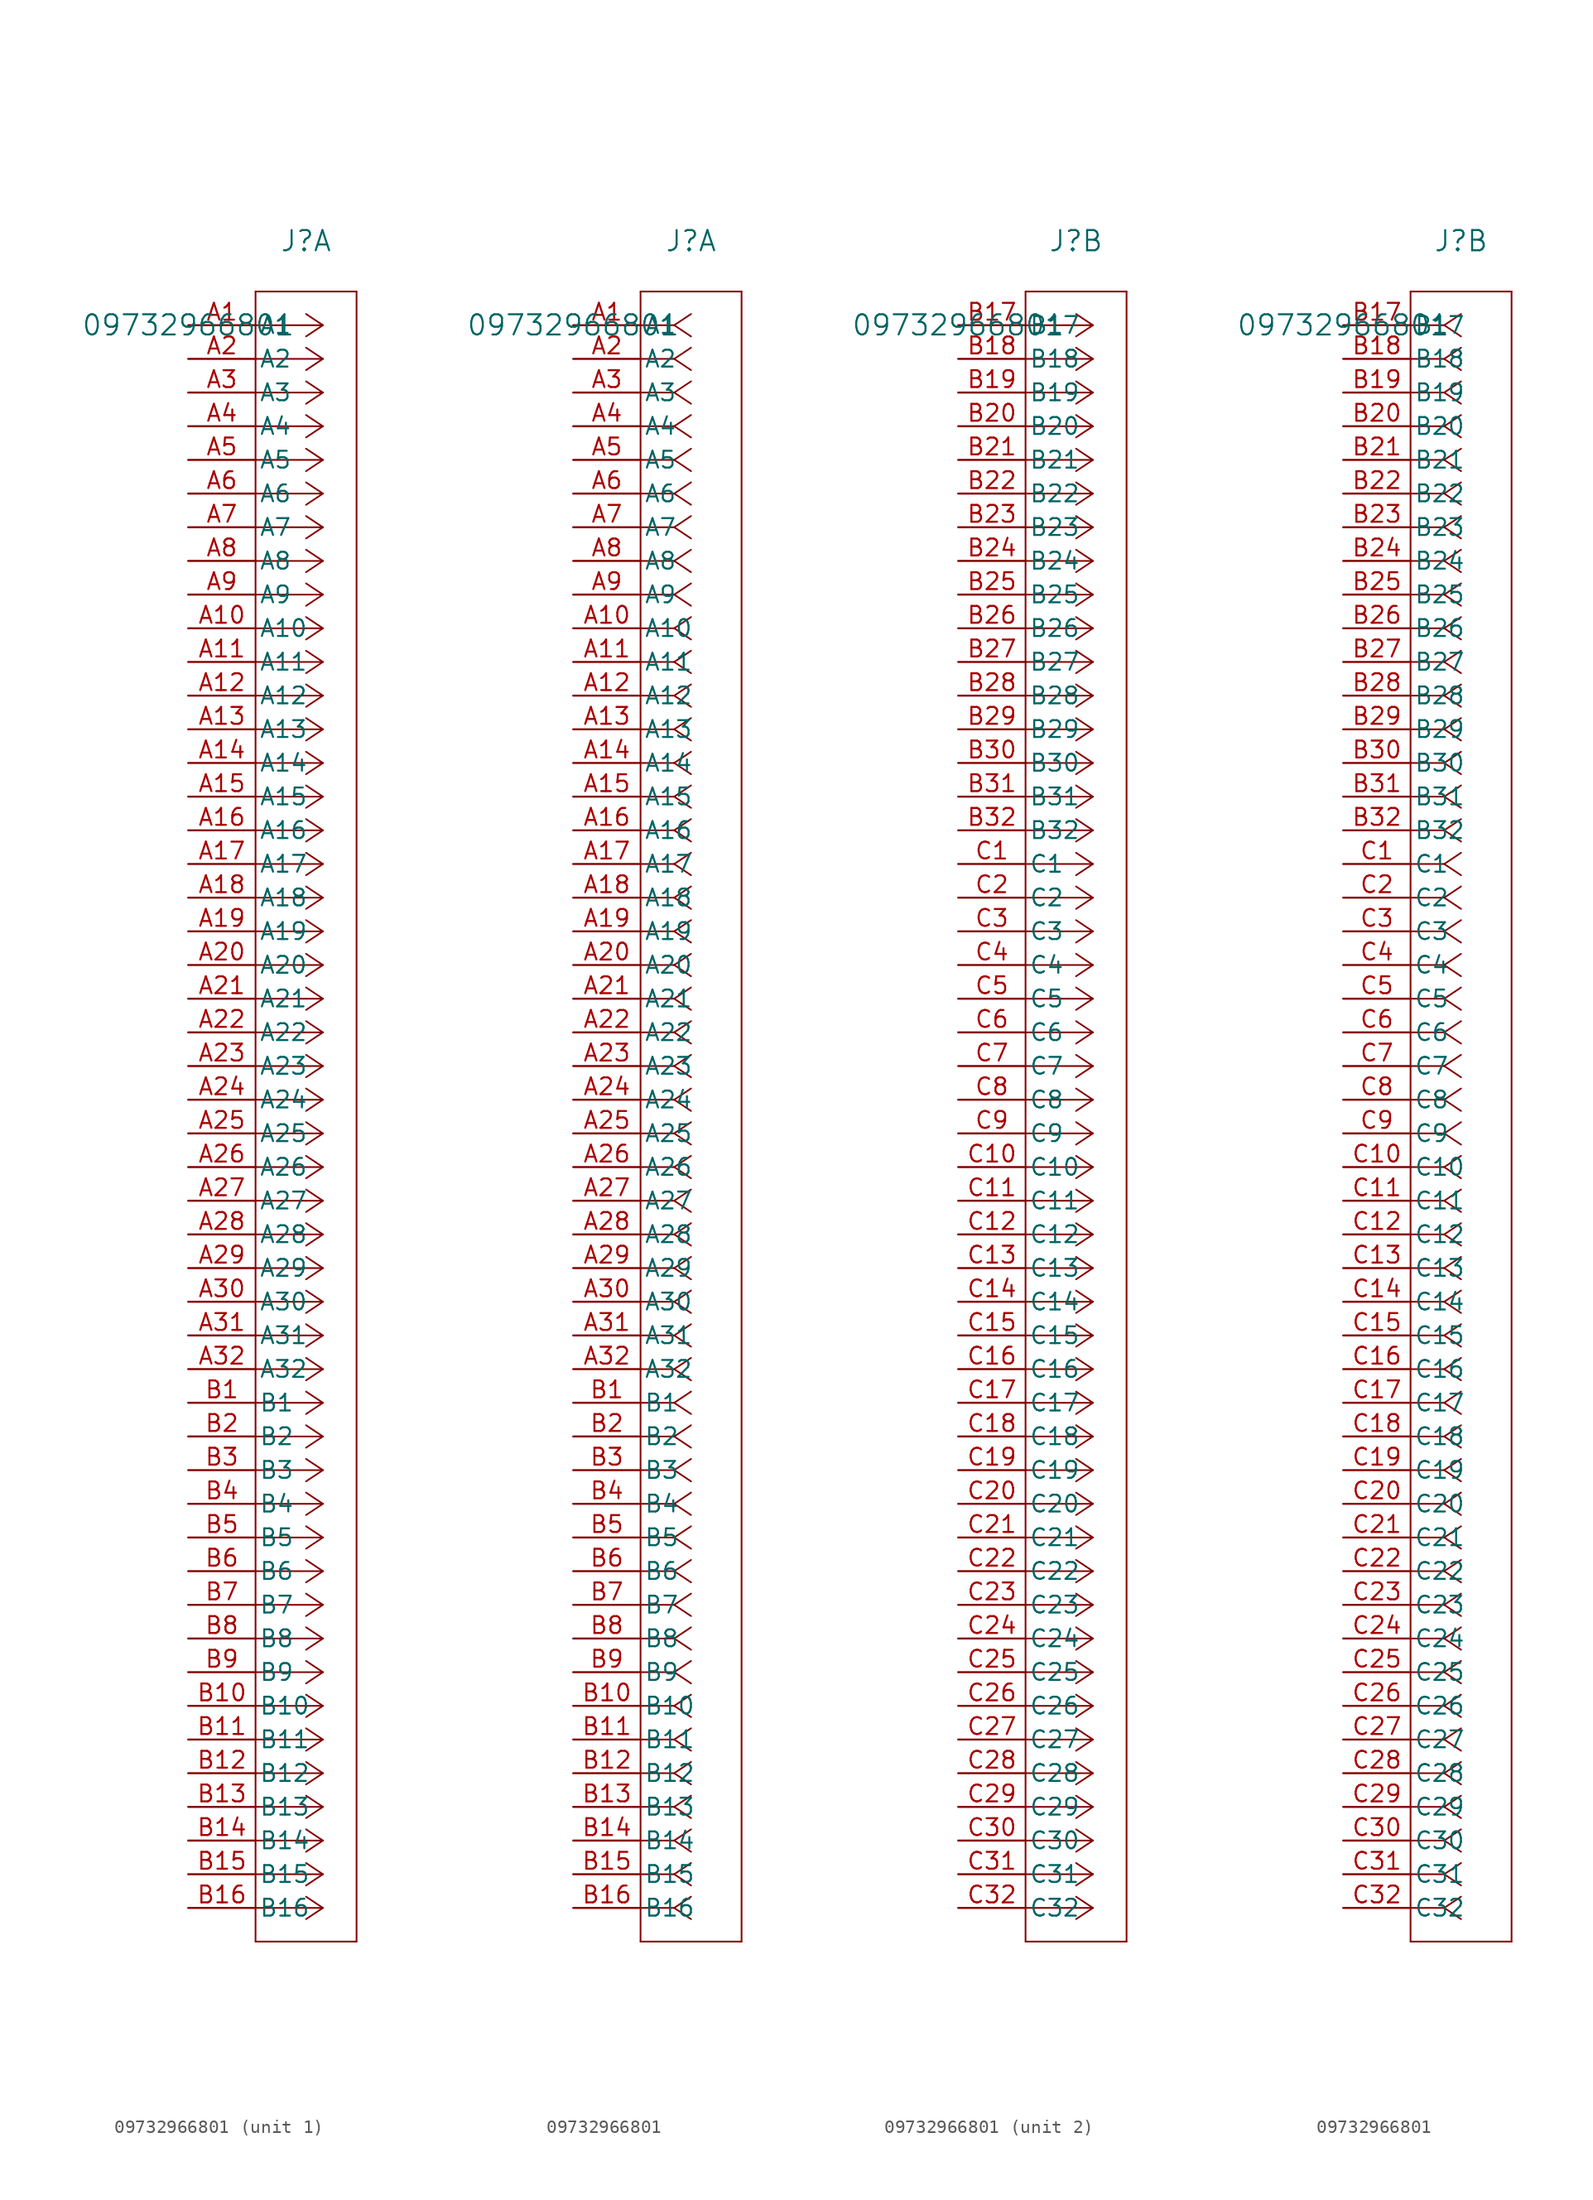
<source format=kicad_sym>
(kicad_symbol_lib
  (version 20211014)
  (generator kicad_symbol_editor)
  (symbol "09732966801"
    (pin_names
      (offset 0.254))
    (property "Reference" "J"
      (at 8.89 6.35 0)
      (effects (font (size 1.524 1.524))))
    (property "Value" "09732966801"
      (at 0 0 0)
      (effects (font (size 1.524 1.524))))
    (symbol "09732966801_1_1"
      (polyline (pts (xy 10.16 0) (xy 5.08 0)) (stroke (width 0.127) (type default) (color 0 0 0 0)) (fill (type none)))
      (polyline (pts (xy 10.16 -2.54) (xy 5.08 -2.54)) (stroke (width 0.127) (type default) (color 0 0 0 0)) (fill (type none)))
      (polyline (pts (xy 10.16 -5.08) (xy 5.08 -5.08)) (stroke (width 0.127) (type default) (color 0 0 0 0)) (fill (type none)))
      (polyline (pts (xy 10.16 -7.62) (xy 5.08 -7.62)) (stroke (width 0.127) (type default) (color 0 0 0 0)) (fill (type none)))
      (polyline (pts (xy 10.16 -10.16) (xy 5.08 -10.16)) (stroke (width 0.127) (type default) (color 0 0 0 0)) (fill (type none)))
      (polyline (pts (xy 10.16 -12.7) (xy 5.08 -12.7)) (stroke (width 0.127) (type default) (color 0 0 0 0)) (fill (type none)))
      (polyline (pts (xy 10.16 -15.24) (xy 5.08 -15.24)) (stroke (width 0.127) (type default) (color 0 0 0 0)) (fill (type none)))
      (polyline (pts (xy 10.16 -17.78) (xy 5.08 -17.78)) (stroke (width 0.127) (type default) (color 0 0 0 0)) (fill (type none)))
      (polyline (pts (xy 10.16 -20.32) (xy 5.08 -20.32)) (stroke (width 0.127) (type default) (color 0 0 0 0)) (fill (type none)))
      (polyline (pts (xy 10.16 -22.86) (xy 5.08 -22.86)) (stroke (width 0.127) (type default) (color 0 0 0 0)) (fill (type none)))
      (polyline (pts (xy 10.16 -25.4) (xy 5.08 -25.4)) (stroke (width 0.127) (type default) (color 0 0 0 0)) (fill (type none)))
      (polyline (pts (xy 10.16 -27.94) (xy 5.08 -27.94)) (stroke (width 0.127) (type default) (color 0 0 0 0)) (fill (type none)))
      (polyline (pts (xy 10.16 -30.48) (xy 5.08 -30.48)) (stroke (width 0.127) (type default) (color 0 0 0 0)) (fill (type none)))
      (polyline (pts (xy 10.16 -33.02) (xy 5.08 -33.02)) (stroke (width 0.127) (type default) (color 0 0 0 0)) (fill (type none)))
      (polyline (pts (xy 10.16 -35.56) (xy 5.08 -35.56)) (stroke (width 0.127) (type default) (color 0 0 0 0)) (fill (type none)))
      (polyline (pts (xy 10.16 -38.1) (xy 5.08 -38.1)) (stroke (width 0.127) (type default) (color 0 0 0 0)) (fill (type none)))
      (polyline (pts (xy 10.16 -40.64) (xy 5.08 -40.64)) (stroke (width 0.127) (type default) (color 0 0 0 0)) (fill (type none)))
      (polyline (pts (xy 10.16 -43.18) (xy 5.08 -43.18)) (stroke (width 0.127) (type default) (color 0 0 0 0)) (fill (type none)))
      (polyline (pts (xy 10.16 -45.72) (xy 5.08 -45.72)) (stroke (width 0.127) (type default) (color 0 0 0 0)) (fill (type none)))
      (polyline (pts (xy 10.16 -48.26) (xy 5.08 -48.26)) (stroke (width 0.127) (type default) (color 0 0 0 0)) (fill (type none)))
      (polyline (pts (xy 10.16 -50.8) (xy 5.08 -50.8)) (stroke (width 0.127) (type default) (color 0 0 0 0)) (fill (type none)))
      (polyline (pts (xy 10.16 -53.34) (xy 5.08 -53.34)) (stroke (width 0.127) (type default) (color 0 0 0 0)) (fill (type none)))
      (polyline (pts (xy 10.16 -55.88) (xy 5.08 -55.88)) (stroke (width 0.127) (type default) (color 0 0 0 0)) (fill (type none)))
      (polyline (pts (xy 10.16 -58.42) (xy 5.08 -58.42)) (stroke (width 0.127) (type default) (color 0 0 0 0)) (fill (type none)))
      (polyline (pts (xy 10.16 -60.96) (xy 5.08 -60.96)) (stroke (width 0.127) (type default) (color 0 0 0 0)) (fill (type none)))
      (polyline (pts (xy 10.16 -63.5) (xy 5.08 -63.5)) (stroke (width 0.127) (type default) (color 0 0 0 0)) (fill (type none)))
      (polyline (pts (xy 10.16 -66.04) (xy 5.08 -66.04)) (stroke (width 0.127) (type default) (color 0 0 0 0)) (fill (type none)))
      (polyline (pts (xy 10.16 -68.58) (xy 5.08 -68.58)) (stroke (width 0.127) (type default) (color 0 0 0 0)) (fill (type none)))
      (polyline (pts (xy 10.16 -71.12) (xy 5.08 -71.12)) (stroke (width 0.127) (type default) (color 0 0 0 0)) (fill (type none)))
      (polyline (pts (xy 10.16 -73.66) (xy 5.08 -73.66)) (stroke (width 0.127) (type default) (color 0 0 0 0)) (fill (type none)))
      (polyline (pts (xy 10.16 -76.2) (xy 5.08 -76.2)) (stroke (width 0.127) (type default) (color 0 0 0 0)) (fill (type none)))
      (polyline (pts (xy 10.16 -78.74) (xy 5.08 -78.74)) (stroke (width 0.127) (type default) (color 0 0 0 0)) (fill (type none)))
      (polyline (pts (xy 10.16 -81.28) (xy 5.08 -81.28)) (stroke (width 0.127) (type default) (color 0 0 0 0)) (fill (type none)))
      (polyline (pts (xy 10.16 -83.82) (xy 5.08 -83.82)) (stroke (width 0.127) (type default) (color 0 0 0 0)) (fill (type none)))
      (polyline (pts (xy 10.16 -86.36) (xy 5.08 -86.36)) (stroke (width 0.127) (type default) (color 0 0 0 0)) (fill (type none)))
      (polyline (pts (xy 10.16 -88.9) (xy 5.08 -88.9)) (stroke (width 0.127) (type default) (color 0 0 0 0)) (fill (type none)))
      (polyline (pts (xy 10.16 -91.44) (xy 5.08 -91.44)) (stroke (width 0.127) (type default) (color 0 0 0 0)) (fill (type none)))
      (polyline (pts (xy 10.16 -93.98) (xy 5.08 -93.98)) (stroke (width 0.127) (type default) (color 0 0 0 0)) (fill (type none)))
      (polyline (pts (xy 10.16 -96.52) (xy 5.08 -96.52)) (stroke (width 0.127) (type default) (color 0 0 0 0)) (fill (type none)))
      (polyline (pts (xy 10.16 -99.06) (xy 5.08 -99.06)) (stroke (width 0.127) (type default) (color 0 0 0 0)) (fill (type none)))
      (polyline (pts (xy 10.16 -101.6) (xy 5.08 -101.6)) (stroke (width 0.127) (type default) (color 0 0 0 0)) (fill (type none)))
      (polyline (pts (xy 10.16 -104.14) (xy 5.08 -104.14)) (stroke (width 0.127) (type default) (color 0 0 0 0)) (fill (type none)))
      (polyline (pts (xy 10.16 -106.68) (xy 5.08 -106.68)) (stroke (width 0.127) (type default) (color 0 0 0 0)) (fill (type none)))
      (polyline (pts (xy 10.16 -109.22) (xy 5.08 -109.22)) (stroke (width 0.127) (type default) (color 0 0 0 0)) (fill (type none)))
      (polyline (pts (xy 10.16 -111.76) (xy 5.08 -111.76)) (stroke (width 0.127) (type default) (color 0 0 0 0)) (fill (type none)))
      (polyline (pts (xy 10.16 -114.3) (xy 5.08 -114.3)) (stroke (width 0.127) (type default) (color 0 0 0 0)) (fill (type none)))
      (polyline (pts (xy 10.16 -116.84) (xy 5.08 -116.84)) (stroke (width 0.127) (type default) (color 0 0 0 0)) (fill (type none)))
      (polyline (pts (xy 10.16 -119.38) (xy 5.08 -119.38)) (stroke (width 0.127) (type default) (color 0 0 0 0)) (fill (type none)))
      (polyline (pts (xy 10.16 0) (xy 8.89 0.847)) (stroke (width 0.127) (type default) (color 0 0 0 0)) (fill (type none)))
      (polyline (pts (xy 10.16 -2.54) (xy 8.89 -1.693)) (stroke (width 0.127) (type default) (color 0 0 0 0)) (fill (type none)))
      (polyline (pts (xy 10.16 -5.08) (xy 8.89 -4.233)) (stroke (width 0.127) (type default) (color 0 0 0 0)) (fill (type none)))
      (polyline (pts (xy 10.16 -7.62) (xy 8.89 -6.773)) (stroke (width 0.127) (type default) (color 0 0 0 0)) (fill (type none)))
      (polyline (pts (xy 10.16 -10.16) (xy 8.89 -9.313)) (stroke (width 0.127) (type default) (color 0 0 0 0)) (fill (type none)))
      (polyline (pts (xy 10.16 -12.7) (xy 8.89 -11.853)) (stroke (width 0.127) (type default) (color 0 0 0 0)) (fill (type none)))
      (polyline (pts (xy 10.16 -15.24) (xy 8.89 -14.393)) (stroke (width 0.127) (type default) (color 0 0 0 0)) (fill (type none)))
      (polyline (pts (xy 10.16 -17.78) (xy 8.89 -16.933)) (stroke (width 0.127) (type default) (color 0 0 0 0)) (fill (type none)))
      (polyline (pts (xy 10.16 -20.32) (xy 8.89 -19.473)) (stroke (width 0.127) (type default) (color 0 0 0 0)) (fill (type none)))
      (polyline (pts (xy 10.16 -22.86) (xy 8.89 -22.013)) (stroke (width 0.127) (type default) (color 0 0 0 0)) (fill (type none)))
      (polyline (pts (xy 10.16 -25.4) (xy 8.89 -24.553)) (stroke (width 0.127) (type default) (color 0 0 0 0)) (fill (type none)))
      (polyline (pts (xy 10.16 -27.94) (xy 8.89 -27.093)) (stroke (width 0.127) (type default) (color 0 0 0 0)) (fill (type none)))
      (polyline (pts (xy 10.16 -30.48) (xy 8.89 -29.633)) (stroke (width 0.127) (type default) (color 0 0 0 0)) (fill (type none)))
      (polyline (pts (xy 10.16 -33.02) (xy 8.89 -32.173)) (stroke (width 0.127) (type default) (color 0 0 0 0)) (fill (type none)))
      (polyline (pts (xy 10.16 -35.56) (xy 8.89 -34.713)) (stroke (width 0.127) (type default) (color 0 0 0 0)) (fill (type none)))
      (polyline (pts (xy 10.16 -38.1) (xy 8.89 -37.253)) (stroke (width 0.127) (type default) (color 0 0 0 0)) (fill (type none)))
      (polyline (pts (xy 10.16 -40.64) (xy 8.89 -39.793)) (stroke (width 0.127) (type default) (color 0 0 0 0)) (fill (type none)))
      (polyline (pts (xy 10.16 -43.18) (xy 8.89 -42.333)) (stroke (width 0.127) (type default) (color 0 0 0 0)) (fill (type none)))
      (polyline (pts (xy 10.16 -45.72) (xy 8.89 -44.873)) (stroke (width 0.127) (type default) (color 0 0 0 0)) (fill (type none)))
      (polyline (pts (xy 10.16 -48.26) (xy 8.89 -47.413)) (stroke (width 0.127) (type default) (color 0 0 0 0)) (fill (type none)))
      (polyline (pts (xy 10.16 -50.8) (xy 8.89 -49.953)) (stroke (width 0.127) (type default) (color 0 0 0 0)) (fill (type none)))
      (polyline (pts (xy 10.16 -53.34) (xy 8.89 -52.493)) (stroke (width 0.127) (type default) (color 0 0 0 0)) (fill (type none)))
      (polyline (pts (xy 10.16 -55.88) (xy 8.89 -55.033)) (stroke (width 0.127) (type default) (color 0 0 0 0)) (fill (type none)))
      (polyline (pts (xy 10.16 -58.42) (xy 8.89 -57.573)) (stroke (width 0.127) (type default) (color 0 0 0 0)) (fill (type none)))
      (polyline (pts (xy 10.16 -60.96) (xy 8.89 -60.113)) (stroke (width 0.127) (type default) (color 0 0 0 0)) (fill (type none)))
      (polyline (pts (xy 10.16 -63.5) (xy 8.89 -62.653)) (stroke (width 0.127) (type default) (color 0 0 0 0)) (fill (type none)))
      (polyline (pts (xy 10.16 -66.04) (xy 8.89 -65.193)) (stroke (width 0.127) (type default) (color 0 0 0 0)) (fill (type none)))
      (polyline (pts (xy 10.16 -68.58) (xy 8.89 -67.733)) (stroke (width 0.127) (type default) (color 0 0 0 0)) (fill (type none)))
      (polyline (pts (xy 10.16 -71.12) (xy 8.89 -70.273)) (stroke (width 0.127) (type default) (color 0 0 0 0)) (fill (type none)))
      (polyline (pts (xy 10.16 -73.66) (xy 8.89 -72.813)) (stroke (width 0.127) (type default) (color 0 0 0 0)) (fill (type none)))
      (polyline (pts (xy 10.16 -76.2) (xy 8.89 -75.353)) (stroke (width 0.127) (type default) (color 0 0 0 0)) (fill (type none)))
      (polyline (pts (xy 10.16 -78.74) (xy 8.89 -77.893)) (stroke (width 0.127) (type default) (color 0 0 0 0)) (fill (type none)))
      (polyline (pts (xy 10.16 -81.28) (xy 8.89 -80.433)) (stroke (width 0.127) (type default) (color 0 0 0 0)) (fill (type none)))
      (polyline (pts (xy 10.16 -83.82) (xy 8.89 -82.973)) (stroke (width 0.127) (type default) (color 0 0 0 0)) (fill (type none)))
      (polyline (pts (xy 10.16 -86.36) (xy 8.89 -85.513)) (stroke (width 0.127) (type default) (color 0 0 0 0)) (fill (type none)))
      (polyline (pts (xy 10.16 -88.9) (xy 8.89 -88.053)) (stroke (width 0.127) (type default) (color 0 0 0 0)) (fill (type none)))
      (polyline (pts (xy 10.16 -91.44) (xy 8.89 -90.593)) (stroke (width 0.127) (type default) (color 0 0 0 0)) (fill (type none)))
      (polyline (pts (xy 10.16 -93.98) (xy 8.89 -93.133)) (stroke (width 0.127) (type default) (color 0 0 0 0)) (fill (type none)))
      (polyline (pts (xy 10.16 -96.52) (xy 8.89 -95.673)) (stroke (width 0.127) (type default) (color 0 0 0 0)) (fill (type none)))
      (polyline (pts (xy 10.16 -99.06) (xy 8.89 -98.213)) (stroke (width 0.127) (type default) (color 0 0 0 0)) (fill (type none)))
      (polyline (pts (xy 10.16 -101.6) (xy 8.89 -100.753)) (stroke (width 0.127) (type default) (color 0 0 0 0)) (fill (type none)))
      (polyline (pts (xy 10.16 -104.14) (xy 8.89 -103.293)) (stroke (width 0.127) (type default) (color 0 0 0 0)) (fill (type none)))
      (polyline (pts (xy 10.16 -106.68) (xy 8.89 -105.833)) (stroke (width 0.127) (type default) (color 0 0 0 0)) (fill (type none)))
      (polyline (pts (xy 10.16 -109.22) (xy 8.89 -108.373)) (stroke (width 0.127) (type default) (color 0 0 0 0)) (fill (type none)))
      (polyline (pts (xy 10.16 -111.76) (xy 8.89 -110.913)) (stroke (width 0.127) (type default) (color 0 0 0 0)) (fill (type none)))
      (polyline (pts (xy 10.16 -114.3) (xy 8.89 -113.453)) (stroke (width 0.127) (type default) (color 0 0 0 0)) (fill (type none)))
      (polyline (pts (xy 10.16 -116.84) (xy 8.89 -115.993)) (stroke (width 0.127) (type default) (color 0 0 0 0)) (fill (type none)))
      (polyline (pts (xy 10.16 -119.38) (xy 8.89 -118.533)) (stroke (width 0.127) (type default) (color 0 0 0 0)) (fill (type none)))
      (polyline (pts (xy 10.16 0) (xy 8.89 -0.847)) (stroke (width 0.127) (type default) (color 0 0 0 0)) (fill (type none)))
      (polyline (pts (xy 10.16 -2.54) (xy 8.89 -3.387)) (stroke (width 0.127) (type default) (color 0 0 0 0)) (fill (type none)))
      (polyline (pts (xy 10.16 -5.08) (xy 8.89 -5.927)) (stroke (width 0.127) (type default) (color 0 0 0 0)) (fill (type none)))
      (polyline (pts (xy 10.16 -7.62) (xy 8.89 -8.467)) (stroke (width 0.127) (type default) (color 0 0 0 0)) (fill (type none)))
      (polyline (pts (xy 10.16 -10.16) (xy 8.89 -11.007)) (stroke (width 0.127) (type default) (color 0 0 0 0)) (fill (type none)))
      (polyline (pts (xy 10.16 -12.7) (xy 8.89 -13.547)) (stroke (width 0.127) (type default) (color 0 0 0 0)) (fill (type none)))
      (polyline (pts (xy 10.16 -15.24) (xy 8.89 -16.087)) (stroke (width 0.127) (type default) (color 0 0 0 0)) (fill (type none)))
      (polyline (pts (xy 10.16 -17.78) (xy 8.89 -18.627)) (stroke (width 0.127) (type default) (color 0 0 0 0)) (fill (type none)))
      (polyline (pts (xy 10.16 -20.32) (xy 8.89 -21.167)) (stroke (width 0.127) (type default) (color 0 0 0 0)) (fill (type none)))
      (polyline (pts (xy 10.16 -22.86) (xy 8.89 -23.707)) (stroke (width 0.127) (type default) (color 0 0 0 0)) (fill (type none)))
      (polyline (pts (xy 10.16 -25.4) (xy 8.89 -26.247)) (stroke (width 0.127) (type default) (color 0 0 0 0)) (fill (type none)))
      (polyline (pts (xy 10.16 -27.94) (xy 8.89 -28.787)) (stroke (width 0.127) (type default) (color 0 0 0 0)) (fill (type none)))
      (polyline (pts (xy 10.16 -30.48) (xy 8.89 -31.327)) (stroke (width 0.127) (type default) (color 0 0 0 0)) (fill (type none)))
      (polyline (pts (xy 10.16 -33.02) (xy 8.89 -33.867)) (stroke (width 0.127) (type default) (color 0 0 0 0)) (fill (type none)))
      (polyline (pts (xy 10.16 -35.56) (xy 8.89 -36.407)) (stroke (width 0.127) (type default) (color 0 0 0 0)) (fill (type none)))
      (polyline (pts (xy 10.16 -38.1) (xy 8.89 -38.947)) (stroke (width 0.127) (type default) (color 0 0 0 0)) (fill (type none)))
      (polyline (pts (xy 10.16 -40.64) (xy 8.89 -41.487)) (stroke (width 0.127) (type default) (color 0 0 0 0)) (fill (type none)))
      (polyline (pts (xy 10.16 -43.18) (xy 8.89 -44.027)) (stroke (width 0.127) (type default) (color 0 0 0 0)) (fill (type none)))
      (polyline (pts (xy 10.16 -45.72) (xy 8.89 -46.567)) (stroke (width 0.127) (type default) (color 0 0 0 0)) (fill (type none)))
      (polyline (pts (xy 10.16 -48.26) (xy 8.89 -49.107)) (stroke (width 0.127) (type default) (color 0 0 0 0)) (fill (type none)))
      (polyline (pts (xy 10.16 -50.8) (xy 8.89 -51.647)) (stroke (width 0.127) (type default) (color 0 0 0 0)) (fill (type none)))
      (polyline (pts (xy 10.16 -53.34) (xy 8.89 -54.187)) (stroke (width 0.127) (type default) (color 0 0 0 0)) (fill (type none)))
      (polyline (pts (xy 10.16 -55.88) (xy 8.89 -56.727)) (stroke (width 0.127) (type default) (color 0 0 0 0)) (fill (type none)))
      (polyline (pts (xy 10.16 -58.42) (xy 8.89 -59.267)) (stroke (width 0.127) (type default) (color 0 0 0 0)) (fill (type none)))
      (polyline (pts (xy 10.16 -60.96) (xy 8.89 -61.807)) (stroke (width 0.127) (type default) (color 0 0 0 0)) (fill (type none)))
      (polyline (pts (xy 10.16 -63.5) (xy 8.89 -64.347)) (stroke (width 0.127) (type default) (color 0 0 0 0)) (fill (type none)))
      (polyline (pts (xy 10.16 -66.04) (xy 8.89 -66.887)) (stroke (width 0.127) (type default) (color 0 0 0 0)) (fill (type none)))
      (polyline (pts (xy 10.16 -68.58) (xy 8.89 -69.427)) (stroke (width 0.127) (type default) (color 0 0 0 0)) (fill (type none)))
      (polyline (pts (xy 10.16 -71.12) (xy 8.89 -71.967)) (stroke (width 0.127) (type default) (color 0 0 0 0)) (fill (type none)))
      (polyline (pts (xy 10.16 -73.66) (xy 8.89 -74.507)) (stroke (width 0.127) (type default) (color 0 0 0 0)) (fill (type none)))
      (polyline (pts (xy 10.16 -76.2) (xy 8.89 -77.047)) (stroke (width 0.127) (type default) (color 0 0 0 0)) (fill (type none)))
      (polyline (pts (xy 10.16 -78.74) (xy 8.89 -79.587)) (stroke (width 0.127) (type default) (color 0 0 0 0)) (fill (type none)))
      (polyline (pts (xy 10.16 -81.28) (xy 8.89 -82.127)) (stroke (width 0.127) (type default) (color 0 0 0 0)) (fill (type none)))
      (polyline (pts (xy 10.16 -83.82) (xy 8.89 -84.667)) (stroke (width 0.127) (type default) (color 0 0 0 0)) (fill (type none)))
      (polyline (pts (xy 10.16 -86.36) (xy 8.89 -87.207)) (stroke (width 0.127) (type default) (color 0 0 0 0)) (fill (type none)))
      (polyline (pts (xy 10.16 -88.9) (xy 8.89 -89.747)) (stroke (width 0.127) (type default) (color 0 0 0 0)) (fill (type none)))
      (polyline (pts (xy 10.16 -91.44) (xy 8.89 -92.287)) (stroke (width 0.127) (type default) (color 0 0 0 0)) (fill (type none)))
      (polyline (pts (xy 10.16 -93.98) (xy 8.89 -94.827)) (stroke (width 0.127) (type default) (color 0 0 0 0)) (fill (type none)))
      (polyline (pts (xy 10.16 -96.52) (xy 8.89 -97.367)) (stroke (width 0.127) (type default) (color 0 0 0 0)) (fill (type none)))
      (polyline (pts (xy 10.16 -99.06) (xy 8.89 -99.907)) (stroke (width 0.127) (type default) (color 0 0 0 0)) (fill (type none)))
      (polyline (pts (xy 10.16 -101.6) (xy 8.89 -102.447)) (stroke (width 0.127) (type default) (color 0 0 0 0)) (fill (type none)))
      (polyline (pts (xy 10.16 -104.14) (xy 8.89 -104.987)) (stroke (width 0.127) (type default) (color 0 0 0 0)) (fill (type none)))
      (polyline (pts (xy 10.16 -106.68) (xy 8.89 -107.527)) (stroke (width 0.127) (type default) (color 0 0 0 0)) (fill (type none)))
      (polyline (pts (xy 10.16 -109.22) (xy 8.89 -110.067)) (stroke (width 0.127) (type default) (color 0 0 0 0)) (fill (type none)))
      (polyline (pts (xy 10.16 -111.76) (xy 8.89 -112.607)) (stroke (width 0.127) (type default) (color 0 0 0 0)) (fill (type none)))
      (polyline (pts (xy 10.16 -114.3) (xy 8.89 -115.147)) (stroke (width 0.127) (type default) (color 0 0 0 0)) (fill (type none)))
      (polyline (pts (xy 10.16 -116.84) (xy 8.89 -117.687)) (stroke (width 0.127) (type default) (color 0 0 0 0)) (fill (type none)))
      (polyline (pts (xy 10.16 -119.38) (xy 8.89 -120.227)) (stroke (width 0.127) (type default) (color 0 0 0 0)) (fill (type none)))
      (polyline (pts (xy 5.08 2.54) (xy 5.08 -121.92)) (stroke (width 0.127) (type default) (color 0 0 0 0)) (fill (type none)))
      (polyline (pts (xy 5.08 -121.92) (xy 12.7 -121.92)) (stroke (width 0.127) (type default) (color 0 0 0 0)) (fill (type none)))
      (polyline (pts (xy 12.7 -121.92) (xy 12.7 2.54)) (stroke (width 0.127) (type default) (color 0 0 0 0)) (fill (type none)))
      (polyline (pts (xy 12.7 2.54) (xy 5.08 2.54)) (stroke (width 0.127) (type default) (color 0 0 0 0)) (fill (type none)))
      (pin unspecified line (at 0 0 0) (length 5.08) (name "A1" (effects (font (size 1.27 1.27)))) (number "A1" (effects (font (size 1.27 1.27)))))
      (pin unspecified line (at 0 -2.54 0) (length 5.08) (name "A2" (effects (font (size 1.27 1.27)))) (number "A2" (effects (font (size 1.27 1.27)))))
      (pin unspecified line (at 0 -5.08 0) (length 5.08) (name "A3" (effects (font (size 1.27 1.27)))) (number "A3" (effects (font (size 1.27 1.27)))))
      (pin unspecified line (at 0 -7.62 0) (length 5.08) (name "A4" (effects (font (size 1.27 1.27)))) (number "A4" (effects (font (size 1.27 1.27)))))
      (pin unspecified line (at 0 -10.16 0) (length 5.08) (name "A5" (effects (font (size 1.27 1.27)))) (number "A5" (effects (font (size 1.27 1.27)))))
      (pin unspecified line (at 0 -12.7 0) (length 5.08) (name "A6" (effects (font (size 1.27 1.27)))) (number "A6" (effects (font (size 1.27 1.27)))))
      (pin unspecified line (at 0 -15.24 0) (length 5.08) (name "A7" (effects (font (size 1.27 1.27)))) (number "A7" (effects (font (size 1.27 1.27)))))
      (pin unspecified line (at 0 -17.78 0) (length 5.08) (name "A8" (effects (font (size 1.27 1.27)))) (number "A8" (effects (font (size 1.27 1.27)))))
      (pin unspecified line (at 0 -20.32 0) (length 5.08) (name "A9" (effects (font (size 1.27 1.27)))) (number "A9" (effects (font (size 1.27 1.27)))))
      (pin unspecified line (at 0 -22.86 0) (length 5.08) (name "A10" (effects (font (size 1.27 1.27)))) (number "A10" (effects (font (size 1.27 1.27)))))
      (pin unspecified line (at 0 -25.4 0) (length 5.08) (name "A11" (effects (font (size 1.27 1.27)))) (number "A11" (effects (font (size 1.27 1.27)))))
      (pin unspecified line (at 0 -27.94 0) (length 5.08) (name "A12" (effects (font (size 1.27 1.27)))) (number "A12" (effects (font (size 1.27 1.27)))))
      (pin unspecified line (at 0 -30.48 0) (length 5.08) (name "A13" (effects (font (size 1.27 1.27)))) (number "A13" (effects (font (size 1.27 1.27)))))
      (pin unspecified line (at 0 -33.02 0) (length 5.08) (name "A14" (effects (font (size 1.27 1.27)))) (number "A14" (effects (font (size 1.27 1.27)))))
      (pin unspecified line (at 0 -35.56 0) (length 5.08) (name "A15" (effects (font (size 1.27 1.27)))) (number "A15" (effects (font (size 1.27 1.27)))))
      (pin unspecified line (at 0 -38.1 0) (length 5.08) (name "A16" (effects (font (size 1.27 1.27)))) (number "A16" (effects (font (size 1.27 1.27)))))
      (pin unspecified line (at 0 -40.64 0) (length 5.08) (name "A17" (effects (font (size 1.27 1.27)))) (number "A17" (effects (font (size 1.27 1.27)))))
      (pin unspecified line (at 0 -43.18 0) (length 5.08) (name "A18" (effects (font (size 1.27 1.27)))) (number "A18" (effects (font (size 1.27 1.27)))))
      (pin unspecified line (at 0 -45.72 0) (length 5.08) (name "A19" (effects (font (size 1.27 1.27)))) (number "A19" (effects (font (size 1.27 1.27)))))
      (pin unspecified line (at 0 -48.26 0) (length 5.08) (name "A20" (effects (font (size 1.27 1.27)))) (number "A20" (effects (font (size 1.27 1.27)))))
      (pin unspecified line (at 0 -50.8 0) (length 5.08) (name "A21" (effects (font (size 1.27 1.27)))) (number "A21" (effects (font (size 1.27 1.27)))))
      (pin unspecified line (at 0 -53.34 0) (length 5.08) (name "A22" (effects (font (size 1.27 1.27)))) (number "A22" (effects (font (size 1.27 1.27)))))
      (pin unspecified line (at 0 -55.88 0) (length 5.08) (name "A23" (effects (font (size 1.27 1.27)))) (number "A23" (effects (font (size 1.27 1.27)))))
      (pin unspecified line (at 0 -58.42 0) (length 5.08) (name "A24" (effects (font (size 1.27 1.27)))) (number "A24" (effects (font (size 1.27 1.27)))))
      (pin unspecified line (at 0 -60.96 0) (length 5.08) (name "A25" (effects (font (size 1.27 1.27)))) (number "A25" (effects (font (size 1.27 1.27)))))
      (pin unspecified line (at 0 -63.5 0) (length 5.08) (name "A26" (effects (font (size 1.27 1.27)))) (number "A26" (effects (font (size 1.27 1.27)))))
      (pin unspecified line (at 0 -66.04 0) (length 5.08) (name "A27" (effects (font (size 1.27 1.27)))) (number "A27" (effects (font (size 1.27 1.27)))))
      (pin unspecified line (at 0 -68.58 0) (length 5.08) (name "A28" (effects (font (size 1.27 1.27)))) (number "A28" (effects (font (size 1.27 1.27)))))
      (pin unspecified line (at 0 -71.12 0) (length 5.08) (name "A29" (effects (font (size 1.27 1.27)))) (number "A29" (effects (font (size 1.27 1.27)))))
      (pin unspecified line (at 0 -73.66 0) (length 5.08) (name "A30" (effects (font (size 1.27 1.27)))) (number "A30" (effects (font (size 1.27 1.27)))))
      (pin unspecified line (at 0 -76.2 0) (length 5.08) (name "A31" (effects (font (size 1.27 1.27)))) (number "A31" (effects (font (size 1.27 1.27)))))
      (pin unspecified line (at 0 -78.74 0) (length 5.08) (name "A32" (effects (font (size 1.27 1.27)))) (number "A32" (effects (font (size 1.27 1.27)))))
      (pin unspecified line (at 0 -81.28 0) (length 5.08) (name "B1" (effects (font (size 1.27 1.27)))) (number "B1" (effects (font (size 1.27 1.27)))))
      (pin unspecified line (at 0 -83.82 0) (length 5.08) (name "B2" (effects (font (size 1.27 1.27)))) (number "B2" (effects (font (size 1.27 1.27)))))
      (pin unspecified line (at 0 -86.36 0) (length 5.08) (name "B3" (effects (font (size 1.27 1.27)))) (number "B3" (effects (font (size 1.27 1.27)))))
      (pin unspecified line (at 0 -88.9 0) (length 5.08) (name "B4" (effects (font (size 1.27 1.27)))) (number "B4" (effects (font (size 1.27 1.27)))))
      (pin unspecified line (at 0 -91.44 0) (length 5.08) (name "B5" (effects (font (size 1.27 1.27)))) (number "B5" (effects (font (size 1.27 1.27)))))
      (pin unspecified line (at 0 -93.98 0) (length 5.08) (name "B6" (effects (font (size 1.27 1.27)))) (number "B6" (effects (font (size 1.27 1.27)))))
      (pin unspecified line (at 0 -96.52 0) (length 5.08) (name "B7" (effects (font (size 1.27 1.27)))) (number "B7" (effects (font (size 1.27 1.27)))))
      (pin unspecified line (at 0 -99.06 0) (length 5.08) (name "B8" (effects (font (size 1.27 1.27)))) (number "B8" (effects (font (size 1.27 1.27)))))
      (pin unspecified line (at 0 -101.6 0) (length 5.08) (name "B9" (effects (font (size 1.27 1.27)))) (number "B9" (effects (font (size 1.27 1.27)))))
      (pin unspecified line (at 0 -104.14 0) (length 5.08) (name "B10" (effects (font (size 1.27 1.27)))) (number "B10" (effects (font (size 1.27 1.27)))))
      (pin unspecified line (at 0 -106.68 0) (length 5.08) (name "B11" (effects (font (size 1.27 1.27)))) (number "B11" (effects (font (size 1.27 1.27)))))
      (pin unspecified line (at 0 -109.22 0) (length 5.08) (name "B12" (effects (font (size 1.27 1.27)))) (number "B12" (effects (font (size 1.27 1.27)))))
      (pin unspecified line (at 0 -111.76 0) (length 5.08) (name "B13" (effects (font (size 1.27 1.27)))) (number "B13" (effects (font (size 1.27 1.27)))))
      (pin unspecified line (at 0 -114.3 0) (length 5.08) (name "B14" (effects (font (size 1.27 1.27)))) (number "B14" (effects (font (size 1.27 1.27)))))
      (pin unspecified line (at 0 -116.84 0) (length 5.08) (name "B15" (effects (font (size 1.27 1.27)))) (number "B15" (effects (font (size 1.27 1.27)))))
      (pin unspecified line (at 0 -119.38 0) (length 5.08) (name "B16" (effects (font (size 1.27 1.27)))) (number "B16" (effects (font (size 1.27 1.27))))))
    (symbol "09732966801_1_2"
      (polyline (pts (xy 7.62 0) (xy 5.08 0)) (stroke (width 0.127) (type default) (color 0 0 0 0)) (fill (type none)))
      (polyline (pts (xy 7.62 -2.54) (xy 5.08 -2.54)) (stroke (width 0.127) (type default) (color 0 0 0 0)) (fill (type none)))
      (polyline (pts (xy 7.62 -5.08) (xy 5.08 -5.08)) (stroke (width 0.127) (type default) (color 0 0 0 0)) (fill (type none)))
      (polyline (pts (xy 7.62 -7.62) (xy 5.08 -7.62)) (stroke (width 0.127) (type default) (color 0 0 0 0)) (fill (type none)))
      (polyline (pts (xy 7.62 -10.16) (xy 5.08 -10.16)) (stroke (width 0.127) (type default) (color 0 0 0 0)) (fill (type none)))
      (polyline (pts (xy 7.62 -12.7) (xy 5.08 -12.7)) (stroke (width 0.127) (type default) (color 0 0 0 0)) (fill (type none)))
      (polyline (pts (xy 7.62 -15.24) (xy 5.08 -15.24)) (stroke (width 0.127) (type default) (color 0 0 0 0)) (fill (type none)))
      (polyline (pts (xy 7.62 -17.78) (xy 5.08 -17.78)) (stroke (width 0.127) (type default) (color 0 0 0 0)) (fill (type none)))
      (polyline (pts (xy 7.62 -20.32) (xy 5.08 -20.32)) (stroke (width 0.127) (type default) (color 0 0 0 0)) (fill (type none)))
      (polyline (pts (xy 7.62 -22.86) (xy 5.08 -22.86)) (stroke (width 0.127) (type default) (color 0 0 0 0)) (fill (type none)))
      (polyline (pts (xy 7.62 -25.4) (xy 5.08 -25.4)) (stroke (width 0.127) (type default) (color 0 0 0 0)) (fill (type none)))
      (polyline (pts (xy 7.62 -27.94) (xy 5.08 -27.94)) (stroke (width 0.127) (type default) (color 0 0 0 0)) (fill (type none)))
      (polyline (pts (xy 7.62 -30.48) (xy 5.08 -30.48)) (stroke (width 0.127) (type default) (color 0 0 0 0)) (fill (type none)))
      (polyline (pts (xy 7.62 -33.02) (xy 5.08 -33.02)) (stroke (width 0.127) (type default) (color 0 0 0 0)) (fill (type none)))
      (polyline (pts (xy 7.62 -35.56) (xy 5.08 -35.56)) (stroke (width 0.127) (type default) (color 0 0 0 0)) (fill (type none)))
      (polyline (pts (xy 7.62 -38.1) (xy 5.08 -38.1)) (stroke (width 0.127) (type default) (color 0 0 0 0)) (fill (type none)))
      (polyline (pts (xy 7.62 -40.64) (xy 5.08 -40.64)) (stroke (width 0.127) (type default) (color 0 0 0 0)) (fill (type none)))
      (polyline (pts (xy 7.62 -43.18) (xy 5.08 -43.18)) (stroke (width 0.127) (type default) (color 0 0 0 0)) (fill (type none)))
      (polyline (pts (xy 7.62 -45.72) (xy 5.08 -45.72)) (stroke (width 0.127) (type default) (color 0 0 0 0)) (fill (type none)))
      (polyline (pts (xy 7.62 -48.26) (xy 5.08 -48.26)) (stroke (width 0.127) (type default) (color 0 0 0 0)) (fill (type none)))
      (polyline (pts (xy 7.62 -50.8) (xy 5.08 -50.8)) (stroke (width 0.127) (type default) (color 0 0 0 0)) (fill (type none)))
      (polyline (pts (xy 7.62 -53.34) (xy 5.08 -53.34)) (stroke (width 0.127) (type default) (color 0 0 0 0)) (fill (type none)))
      (polyline (pts (xy 7.62 -55.88) (xy 5.08 -55.88)) (stroke (width 0.127) (type default) (color 0 0 0 0)) (fill (type none)))
      (polyline (pts (xy 7.62 -58.42) (xy 5.08 -58.42)) (stroke (width 0.127) (type default) (color 0 0 0 0)) (fill (type none)))
      (polyline (pts (xy 7.62 -60.96) (xy 5.08 -60.96)) (stroke (width 0.127) (type default) (color 0 0 0 0)) (fill (type none)))
      (polyline (pts (xy 7.62 -63.5) (xy 5.08 -63.5)) (stroke (width 0.127) (type default) (color 0 0 0 0)) (fill (type none)))
      (polyline (pts (xy 7.62 -66.04) (xy 5.08 -66.04)) (stroke (width 0.127) (type default) (color 0 0 0 0)) (fill (type none)))
      (polyline (pts (xy 7.62 -68.58) (xy 5.08 -68.58)) (stroke (width 0.127) (type default) (color 0 0 0 0)) (fill (type none)))
      (polyline (pts (xy 7.62 -71.12) (xy 5.08 -71.12)) (stroke (width 0.127) (type default) (color 0 0 0 0)) (fill (type none)))
      (polyline (pts (xy 7.62 -73.66) (xy 5.08 -73.66)) (stroke (width 0.127) (type default) (color 0 0 0 0)) (fill (type none)))
      (polyline (pts (xy 7.62 -76.2) (xy 5.08 -76.2)) (stroke (width 0.127) (type default) (color 0 0 0 0)) (fill (type none)))
      (polyline (pts (xy 7.62 -78.74) (xy 5.08 -78.74)) (stroke (width 0.127) (type default) (color 0 0 0 0)) (fill (type none)))
      (polyline (pts (xy 7.62 -81.28) (xy 5.08 -81.28)) (stroke (width 0.127) (type default) (color 0 0 0 0)) (fill (type none)))
      (polyline (pts (xy 7.62 -83.82) (xy 5.08 -83.82)) (stroke (width 0.127) (type default) (color 0 0 0 0)) (fill (type none)))
      (polyline (pts (xy 7.62 -86.36) (xy 5.08 -86.36)) (stroke (width 0.127) (type default) (color 0 0 0 0)) (fill (type none)))
      (polyline (pts (xy 7.62 -88.9) (xy 5.08 -88.9)) (stroke (width 0.127) (type default) (color 0 0 0 0)) (fill (type none)))
      (polyline (pts (xy 7.62 -91.44) (xy 5.08 -91.44)) (stroke (width 0.127) (type default) (color 0 0 0 0)) (fill (type none)))
      (polyline (pts (xy 7.62 -93.98) (xy 5.08 -93.98)) (stroke (width 0.127) (type default) (color 0 0 0 0)) (fill (type none)))
      (polyline (pts (xy 7.62 -96.52) (xy 5.08 -96.52)) (stroke (width 0.127) (type default) (color 0 0 0 0)) (fill (type none)))
      (polyline (pts (xy 7.62 -99.06) (xy 5.08 -99.06)) (stroke (width 0.127) (type default) (color 0 0 0 0)) (fill (type none)))
      (polyline (pts (xy 7.62 -101.6) (xy 5.08 -101.6)) (stroke (width 0.127) (type default) (color 0 0 0 0)) (fill (type none)))
      (polyline (pts (xy 7.62 -104.14) (xy 5.08 -104.14)) (stroke (width 0.127) (type default) (color 0 0 0 0)) (fill (type none)))
      (polyline (pts (xy 7.62 -106.68) (xy 5.08 -106.68)) (stroke (width 0.127) (type default) (color 0 0 0 0)) (fill (type none)))
      (polyline (pts (xy 7.62 -109.22) (xy 5.08 -109.22)) (stroke (width 0.127) (type default) (color 0 0 0 0)) (fill (type none)))
      (polyline (pts (xy 7.62 -111.76) (xy 5.08 -111.76)) (stroke (width 0.127) (type default) (color 0 0 0 0)) (fill (type none)))
      (polyline (pts (xy 7.62 -114.3) (xy 5.08 -114.3)) (stroke (width 0.127) (type default) (color 0 0 0 0)) (fill (type none)))
      (polyline (pts (xy 7.62 -116.84) (xy 5.08 -116.84)) (stroke (width 0.127) (type default) (color 0 0 0 0)) (fill (type none)))
      (polyline (pts (xy 7.62 -119.38) (xy 5.08 -119.38)) (stroke (width 0.127) (type default) (color 0 0 0 0)) (fill (type none)))
      (polyline (pts (xy 7.62 0) (xy 8.89 0.847)) (stroke (width 0.127) (type default) (color 0 0 0 0)) (fill (type none)))
      (polyline (pts (xy 7.62 -2.54) (xy 8.89 -1.693)) (stroke (width 0.127) (type default) (color 0 0 0 0)) (fill (type none)))
      (polyline (pts (xy 7.62 -5.08) (xy 8.89 -4.233)) (stroke (width 0.127) (type default) (color 0 0 0 0)) (fill (type none)))
      (polyline (pts (xy 7.62 -7.62) (xy 8.89 -6.773)) (stroke (width 0.127) (type default) (color 0 0 0 0)) (fill (type none)))
      (polyline (pts (xy 7.62 -10.16) (xy 8.89 -9.313)) (stroke (width 0.127) (type default) (color 0 0 0 0)) (fill (type none)))
      (polyline (pts (xy 7.62 -12.7) (xy 8.89 -11.853)) (stroke (width 0.127) (type default) (color 0 0 0 0)) (fill (type none)))
      (polyline (pts (xy 7.62 -15.24) (xy 8.89 -14.393)) (stroke (width 0.127) (type default) (color 0 0 0 0)) (fill (type none)))
      (polyline (pts (xy 7.62 -17.78) (xy 8.89 -16.933)) (stroke (width 0.127) (type default) (color 0 0 0 0)) (fill (type none)))
      (polyline (pts (xy 7.62 -20.32) (xy 8.89 -19.473)) (stroke (width 0.127) (type default) (color 0 0 0 0)) (fill (type none)))
      (polyline (pts (xy 7.62 -22.86) (xy 8.89 -22.013)) (stroke (width 0.127) (type default) (color 0 0 0 0)) (fill (type none)))
      (polyline (pts (xy 7.62 -25.4) (xy 8.89 -24.553)) (stroke (width 0.127) (type default) (color 0 0 0 0)) (fill (type none)))
      (polyline (pts (xy 7.62 -27.94) (xy 8.89 -27.093)) (stroke (width 0.127) (type default) (color 0 0 0 0)) (fill (type none)))
      (polyline (pts (xy 7.62 -30.48) (xy 8.89 -29.633)) (stroke (width 0.127) (type default) (color 0 0 0 0)) (fill (type none)))
      (polyline (pts (xy 7.62 -33.02) (xy 8.89 -32.173)) (stroke (width 0.127) (type default) (color 0 0 0 0)) (fill (type none)))
      (polyline (pts (xy 7.62 -35.56) (xy 8.89 -34.713)) (stroke (width 0.127) (type default) (color 0 0 0 0)) (fill (type none)))
      (polyline (pts (xy 7.62 -38.1) (xy 8.89 -37.253)) (stroke (width 0.127) (type default) (color 0 0 0 0)) (fill (type none)))
      (polyline (pts (xy 7.62 -40.64) (xy 8.89 -39.793)) (stroke (width 0.127) (type default) (color 0 0 0 0)) (fill (type none)))
      (polyline (pts (xy 7.62 -43.18) (xy 8.89 -42.333)) (stroke (width 0.127) (type default) (color 0 0 0 0)) (fill (type none)))
      (polyline (pts (xy 7.62 -45.72) (xy 8.89 -44.873)) (stroke (width 0.127) (type default) (color 0 0 0 0)) (fill (type none)))
      (polyline (pts (xy 7.62 -48.26) (xy 8.89 -47.413)) (stroke (width 0.127) (type default) (color 0 0 0 0)) (fill (type none)))
      (polyline (pts (xy 7.62 -50.8) (xy 8.89 -49.953)) (stroke (width 0.127) (type default) (color 0 0 0 0)) (fill (type none)))
      (polyline (pts (xy 7.62 -53.34) (xy 8.89 -52.493)) (stroke (width 0.127) (type default) (color 0 0 0 0)) (fill (type none)))
      (polyline (pts (xy 7.62 -55.88) (xy 8.89 -55.033)) (stroke (width 0.127) (type default) (color 0 0 0 0)) (fill (type none)))
      (polyline (pts (xy 7.62 -58.42) (xy 8.89 -57.573)) (stroke (width 0.127) (type default) (color 0 0 0 0)) (fill (type none)))
      (polyline (pts (xy 7.62 -60.96) (xy 8.89 -60.113)) (stroke (width 0.127) (type default) (color 0 0 0 0)) (fill (type none)))
      (polyline (pts (xy 7.62 -63.5) (xy 8.89 -62.653)) (stroke (width 0.127) (type default) (color 0 0 0 0)) (fill (type none)))
      (polyline (pts (xy 7.62 -66.04) (xy 8.89 -65.193)) (stroke (width 0.127) (type default) (color 0 0 0 0)) (fill (type none)))
      (polyline (pts (xy 7.62 -68.58) (xy 8.89 -67.733)) (stroke (width 0.127) (type default) (color 0 0 0 0)) (fill (type none)))
      (polyline (pts (xy 7.62 -71.12) (xy 8.89 -70.273)) (stroke (width 0.127) (type default) (color 0 0 0 0)) (fill (type none)))
      (polyline (pts (xy 7.62 -73.66) (xy 8.89 -72.813)) (stroke (width 0.127) (type default) (color 0 0 0 0)) (fill (type none)))
      (polyline (pts (xy 7.62 -76.2) (xy 8.89 -75.353)) (stroke (width 0.127) (type default) (color 0 0 0 0)) (fill (type none)))
      (polyline (pts (xy 7.62 -78.74) (xy 8.89 -77.893)) (stroke (width 0.127) (type default) (color 0 0 0 0)) (fill (type none)))
      (polyline (pts (xy 7.62 -81.28) (xy 8.89 -80.433)) (stroke (width 0.127) (type default) (color 0 0 0 0)) (fill (type none)))
      (polyline (pts (xy 7.62 -83.82) (xy 8.89 -82.973)) (stroke (width 0.127) (type default) (color 0 0 0 0)) (fill (type none)))
      (polyline (pts (xy 7.62 -86.36) (xy 8.89 -85.513)) (stroke (width 0.127) (type default) (color 0 0 0 0)) (fill (type none)))
      (polyline (pts (xy 7.62 -88.9) (xy 8.89 -88.053)) (stroke (width 0.127) (type default) (color 0 0 0 0)) (fill (type none)))
      (polyline (pts (xy 7.62 -91.44) (xy 8.89 -90.593)) (stroke (width 0.127) (type default) (color 0 0 0 0)) (fill (type none)))
      (polyline (pts (xy 7.62 -93.98) (xy 8.89 -93.133)) (stroke (width 0.127) (type default) (color 0 0 0 0)) (fill (type none)))
      (polyline (pts (xy 7.62 -96.52) (xy 8.89 -95.673)) (stroke (width 0.127) (type default) (color 0 0 0 0)) (fill (type none)))
      (polyline (pts (xy 7.62 -99.06) (xy 8.89 -98.213)) (stroke (width 0.127) (type default) (color 0 0 0 0)) (fill (type none)))
      (polyline (pts (xy 7.62 -101.6) (xy 8.89 -100.753)) (stroke (width 0.127) (type default) (color 0 0 0 0)) (fill (type none)))
      (polyline (pts (xy 7.62 -104.14) (xy 8.89 -103.293)) (stroke (width 0.127) (type default) (color 0 0 0 0)) (fill (type none)))
      (polyline (pts (xy 7.62 -106.68) (xy 8.89 -105.833)) (stroke (width 0.127) (type default) (color 0 0 0 0)) (fill (type none)))
      (polyline (pts (xy 7.62 -109.22) (xy 8.89 -108.373)) (stroke (width 0.127) (type default) (color 0 0 0 0)) (fill (type none)))
      (polyline (pts (xy 7.62 -111.76) (xy 8.89 -110.913)) (stroke (width 0.127) (type default) (color 0 0 0 0)) (fill (type none)))
      (polyline (pts (xy 7.62 -114.3) (xy 8.89 -113.453)) (stroke (width 0.127) (type default) (color 0 0 0 0)) (fill (type none)))
      (polyline (pts (xy 7.62 -116.84) (xy 8.89 -115.993)) (stroke (width 0.127) (type default) (color 0 0 0 0)) (fill (type none)))
      (polyline (pts (xy 7.62 -119.38) (xy 8.89 -118.533)) (stroke (width 0.127) (type default) (color 0 0 0 0)) (fill (type none)))
      (polyline (pts (xy 7.62 0) (xy 8.89 -0.847)) (stroke (width 0.127) (type default) (color 0 0 0 0)) (fill (type none)))
      (polyline (pts (xy 7.62 -2.54) (xy 8.89 -3.387)) (stroke (width 0.127) (type default) (color 0 0 0 0)) (fill (type none)))
      (polyline (pts (xy 7.62 -5.08) (xy 8.89 -5.927)) (stroke (width 0.127) (type default) (color 0 0 0 0)) (fill (type none)))
      (polyline (pts (xy 7.62 -7.62) (xy 8.89 -8.467)) (stroke (width 0.127) (type default) (color 0 0 0 0)) (fill (type none)))
      (polyline (pts (xy 7.62 -10.16) (xy 8.89 -11.007)) (stroke (width 0.127) (type default) (color 0 0 0 0)) (fill (type none)))
      (polyline (pts (xy 7.62 -12.7) (xy 8.89 -13.547)) (stroke (width 0.127) (type default) (color 0 0 0 0)) (fill (type none)))
      (polyline (pts (xy 7.62 -15.24) (xy 8.89 -16.087)) (stroke (width 0.127) (type default) (color 0 0 0 0)) (fill (type none)))
      (polyline (pts (xy 7.62 -17.78) (xy 8.89 -18.627)) (stroke (width 0.127) (type default) (color 0 0 0 0)) (fill (type none)))
      (polyline (pts (xy 7.62 -20.32) (xy 8.89 -21.167)) (stroke (width 0.127) (type default) (color 0 0 0 0)) (fill (type none)))
      (polyline (pts (xy 7.62 -22.86) (xy 8.89 -23.707)) (stroke (width 0.127) (type default) (color 0 0 0 0)) (fill (type none)))
      (polyline (pts (xy 7.62 -25.4) (xy 8.89 -26.247)) (stroke (width 0.127) (type default) (color 0 0 0 0)) (fill (type none)))
      (polyline (pts (xy 7.62 -27.94) (xy 8.89 -28.787)) (stroke (width 0.127) (type default) (color 0 0 0 0)) (fill (type none)))
      (polyline (pts (xy 7.62 -30.48) (xy 8.89 -31.327)) (stroke (width 0.127) (type default) (color 0 0 0 0)) (fill (type none)))
      (polyline (pts (xy 7.62 -33.02) (xy 8.89 -33.867)) (stroke (width 0.127) (type default) (color 0 0 0 0)) (fill (type none)))
      (polyline (pts (xy 7.62 -35.56) (xy 8.89 -36.407)) (stroke (width 0.127) (type default) (color 0 0 0 0)) (fill (type none)))
      (polyline (pts (xy 7.62 -38.1) (xy 8.89 -38.947)) (stroke (width 0.127) (type default) (color 0 0 0 0)) (fill (type none)))
      (polyline (pts (xy 7.62 -40.64) (xy 8.89 -41.487)) (stroke (width 0.127) (type default) (color 0 0 0 0)) (fill (type none)))
      (polyline (pts (xy 7.62 -43.18) (xy 8.89 -44.027)) (stroke (width 0.127) (type default) (color 0 0 0 0)) (fill (type none)))
      (polyline (pts (xy 7.62 -45.72) (xy 8.89 -46.567)) (stroke (width 0.127) (type default) (color 0 0 0 0)) (fill (type none)))
      (polyline (pts (xy 7.62 -48.26) (xy 8.89 -49.107)) (stroke (width 0.127) (type default) (color 0 0 0 0)) (fill (type none)))
      (polyline (pts (xy 7.62 -50.8) (xy 8.89 -51.647)) (stroke (width 0.127) (type default) (color 0 0 0 0)) (fill (type none)))
      (polyline (pts (xy 7.62 -53.34) (xy 8.89 -54.187)) (stroke (width 0.127) (type default) (color 0 0 0 0)) (fill (type none)))
      (polyline (pts (xy 7.62 -55.88) (xy 8.89 -56.727)) (stroke (width 0.127) (type default) (color 0 0 0 0)) (fill (type none)))
      (polyline (pts (xy 7.62 -58.42) (xy 8.89 -59.267)) (stroke (width 0.127) (type default) (color 0 0 0 0)) (fill (type none)))
      (polyline (pts (xy 7.62 -60.96) (xy 8.89 -61.807)) (stroke (width 0.127) (type default) (color 0 0 0 0)) (fill (type none)))
      (polyline (pts (xy 7.62 -63.5) (xy 8.89 -64.347)) (stroke (width 0.127) (type default) (color 0 0 0 0)) (fill (type none)))
      (polyline (pts (xy 7.62 -66.04) (xy 8.89 -66.887)) (stroke (width 0.127) (type default) (color 0 0 0 0)) (fill (type none)))
      (polyline (pts (xy 7.62 -68.58) (xy 8.89 -69.427)) (stroke (width 0.127) (type default) (color 0 0 0 0)) (fill (type none)))
      (polyline (pts (xy 7.62 -71.12) (xy 8.89 -71.967)) (stroke (width 0.127) (type default) (color 0 0 0 0)) (fill (type none)))
      (polyline (pts (xy 7.62 -73.66) (xy 8.89 -74.507)) (stroke (width 0.127) (type default) (color 0 0 0 0)) (fill (type none)))
      (polyline (pts (xy 7.62 -76.2) (xy 8.89 -77.047)) (stroke (width 0.127) (type default) (color 0 0 0 0)) (fill (type none)))
      (polyline (pts (xy 7.62 -78.74) (xy 8.89 -79.587)) (stroke (width 0.127) (type default) (color 0 0 0 0)) (fill (type none)))
      (polyline (pts (xy 7.62 -81.28) (xy 8.89 -82.127)) (stroke (width 0.127) (type default) (color 0 0 0 0)) (fill (type none)))
      (polyline (pts (xy 7.62 -83.82) (xy 8.89 -84.667)) (stroke (width 0.127) (type default) (color 0 0 0 0)) (fill (type none)))
      (polyline (pts (xy 7.62 -86.36) (xy 8.89 -87.207)) (stroke (width 0.127) (type default) (color 0 0 0 0)) (fill (type none)))
      (polyline (pts (xy 7.62 -88.9) (xy 8.89 -89.747)) (stroke (width 0.127) (type default) (color 0 0 0 0)) (fill (type none)))
      (polyline (pts (xy 7.62 -91.44) (xy 8.89 -92.287)) (stroke (width 0.127) (type default) (color 0 0 0 0)) (fill (type none)))
      (polyline (pts (xy 7.62 -93.98) (xy 8.89 -94.827)) (stroke (width 0.127) (type default) (color 0 0 0 0)) (fill (type none)))
      (polyline (pts (xy 7.62 -96.52) (xy 8.89 -97.367)) (stroke (width 0.127) (type default) (color 0 0 0 0)) (fill (type none)))
      (polyline (pts (xy 7.62 -99.06) (xy 8.89 -99.907)) (stroke (width 0.127) (type default) (color 0 0 0 0)) (fill (type none)))
      (polyline (pts (xy 7.62 -101.6) (xy 8.89 -102.447)) (stroke (width 0.127) (type default) (color 0 0 0 0)) (fill (type none)))
      (polyline (pts (xy 7.62 -104.14) (xy 8.89 -104.987)) (stroke (width 0.127) (type default) (color 0 0 0 0)) (fill (type none)))
      (polyline (pts (xy 7.62 -106.68) (xy 8.89 -107.527)) (stroke (width 0.127) (type default) (color 0 0 0 0)) (fill (type none)))
      (polyline (pts (xy 7.62 -109.22) (xy 8.89 -110.067)) (stroke (width 0.127) (type default) (color 0 0 0 0)) (fill (type none)))
      (polyline (pts (xy 7.62 -111.76) (xy 8.89 -112.607)) (stroke (width 0.127) (type default) (color 0 0 0 0)) (fill (type none)))
      (polyline (pts (xy 7.62 -114.3) (xy 8.89 -115.147)) (stroke (width 0.127) (type default) (color 0 0 0 0)) (fill (type none)))
      (polyline (pts (xy 7.62 -116.84) (xy 8.89 -117.687)) (stroke (width 0.127) (type default) (color 0 0 0 0)) (fill (type none)))
      (polyline (pts (xy 7.62 -119.38) (xy 8.89 -120.227)) (stroke (width 0.127) (type default) (color 0 0 0 0)) (fill (type none)))
      (polyline (pts (xy 5.08 2.54) (xy 5.08 -121.92)) (stroke (width 0.127) (type default) (color 0 0 0 0)) (fill (type none)))
      (polyline (pts (xy 5.08 -121.92) (xy 12.7 -121.92)) (stroke (width 0.127) (type default) (color 0 0 0 0)) (fill (type none)))
      (polyline (pts (xy 12.7 -121.92) (xy 12.7 2.54)) (stroke (width 0.127) (type default) (color 0 0 0 0)) (fill (type none)))
      (polyline (pts (xy 12.7 2.54) (xy 5.08 2.54)) (stroke (width 0.127) (type default) (color 0 0 0 0)) (fill (type none)))
      (pin unspecified line (at 0 0 0) (length 5.08) (name "A1" (effects (font (size 1.27 1.27)))) (number "A1" (effects (font (size 1.27 1.27)))))
      (pin unspecified line (at 0 -2.54 0) (length 5.08) (name "A2" (effects (font (size 1.27 1.27)))) (number "A2" (effects (font (size 1.27 1.27)))))
      (pin unspecified line (at 0 -5.08 0) (length 5.08) (name "A3" (effects (font (size 1.27 1.27)))) (number "A3" (effects (font (size 1.27 1.27)))))
      (pin unspecified line (at 0 -7.62 0) (length 5.08) (name "A4" (effects (font (size 1.27 1.27)))) (number "A4" (effects (font (size 1.27 1.27)))))
      (pin unspecified line (at 0 -10.16 0) (length 5.08) (name "A5" (effects (font (size 1.27 1.27)))) (number "A5" (effects (font (size 1.27 1.27)))))
      (pin unspecified line (at 0 -12.7 0) (length 5.08) (name "A6" (effects (font (size 1.27 1.27)))) (number "A6" (effects (font (size 1.27 1.27)))))
      (pin unspecified line (at 0 -15.24 0) (length 5.08) (name "A7" (effects (font (size 1.27 1.27)))) (number "A7" (effects (font (size 1.27 1.27)))))
      (pin unspecified line (at 0 -17.78 0) (length 5.08) (name "A8" (effects (font (size 1.27 1.27)))) (number "A8" (effects (font (size 1.27 1.27)))))
      (pin unspecified line (at 0 -20.32 0) (length 5.08) (name "A9" (effects (font (size 1.27 1.27)))) (number "A9" (effects (font (size 1.27 1.27)))))
      (pin unspecified line (at 0 -22.86 0) (length 5.08) (name "A10" (effects (font (size 1.27 1.27)))) (number "A10" (effects (font (size 1.27 1.27)))))
      (pin unspecified line (at 0 -25.4 0) (length 5.08) (name "A11" (effects (font (size 1.27 1.27)))) (number "A11" (effects (font (size 1.27 1.27)))))
      (pin unspecified line (at 0 -27.94 0) (length 5.08) (name "A12" (effects (font (size 1.27 1.27)))) (number "A12" (effects (font (size 1.27 1.27)))))
      (pin unspecified line (at 0 -30.48 0) (length 5.08) (name "A13" (effects (font (size 1.27 1.27)))) (number "A13" (effects (font (size 1.27 1.27)))))
      (pin unspecified line (at 0 -33.02 0) (length 5.08) (name "A14" (effects (font (size 1.27 1.27)))) (number "A14" (effects (font (size 1.27 1.27)))))
      (pin unspecified line (at 0 -35.56 0) (length 5.08) (name "A15" (effects (font (size 1.27 1.27)))) (number "A15" (effects (font (size 1.27 1.27)))))
      (pin unspecified line (at 0 -38.1 0) (length 5.08) (name "A16" (effects (font (size 1.27 1.27)))) (number "A16" (effects (font (size 1.27 1.27)))))
      (pin unspecified line (at 0 -40.64 0) (length 5.08) (name "A17" (effects (font (size 1.27 1.27)))) (number "A17" (effects (font (size 1.27 1.27)))))
      (pin unspecified line (at 0 -43.18 0) (length 5.08) (name "A18" (effects (font (size 1.27 1.27)))) (number "A18" (effects (font (size 1.27 1.27)))))
      (pin unspecified line (at 0 -45.72 0) (length 5.08) (name "A19" (effects (font (size 1.27 1.27)))) (number "A19" (effects (font (size 1.27 1.27)))))
      (pin unspecified line (at 0 -48.26 0) (length 5.08) (name "A20" (effects (font (size 1.27 1.27)))) (number "A20" (effects (font (size 1.27 1.27)))))
      (pin unspecified line (at 0 -50.8 0) (length 5.08) (name "A21" (effects (font (size 1.27 1.27)))) (number "A21" (effects (font (size 1.27 1.27)))))
      (pin unspecified line (at 0 -53.34 0) (length 5.08) (name "A22" (effects (font (size 1.27 1.27)))) (number "A22" (effects (font (size 1.27 1.27)))))
      (pin unspecified line (at 0 -55.88 0) (length 5.08) (name "A23" (effects (font (size 1.27 1.27)))) (number "A23" (effects (font (size 1.27 1.27)))))
      (pin unspecified line (at 0 -58.42 0) (length 5.08) (name "A24" (effects (font (size 1.27 1.27)))) (number "A24" (effects (font (size 1.27 1.27)))))
      (pin unspecified line (at 0 -60.96 0) (length 5.08) (name "A25" (effects (font (size 1.27 1.27)))) (number "A25" (effects (font (size 1.27 1.27)))))
      (pin unspecified line (at 0 -63.5 0) (length 5.08) (name "A26" (effects (font (size 1.27 1.27)))) (number "A26" (effects (font (size 1.27 1.27)))))
      (pin unspecified line (at 0 -66.04 0) (length 5.08) (name "A27" (effects (font (size 1.27 1.27)))) (number "A27" (effects (font (size 1.27 1.27)))))
      (pin unspecified line (at 0 -68.58 0) (length 5.08) (name "A28" (effects (font (size 1.27 1.27)))) (number "A28" (effects (font (size 1.27 1.27)))))
      (pin unspecified line (at 0 -71.12 0) (length 5.08) (name "A29" (effects (font (size 1.27 1.27)))) (number "A29" (effects (font (size 1.27 1.27)))))
      (pin unspecified line (at 0 -73.66 0) (length 5.08) (name "A30" (effects (font (size 1.27 1.27)))) (number "A30" (effects (font (size 1.27 1.27)))))
      (pin unspecified line (at 0 -76.2 0) (length 5.08) (name "A31" (effects (font (size 1.27 1.27)))) (number "A31" (effects (font (size 1.27 1.27)))))
      (pin unspecified line (at 0 -78.74 0) (length 5.08) (name "A32" (effects (font (size 1.27 1.27)))) (number "A32" (effects (font (size 1.27 1.27)))))
      (pin unspecified line (at 0 -81.28 0) (length 5.08) (name "B1" (effects (font (size 1.27 1.27)))) (number "B1" (effects (font (size 1.27 1.27)))))
      (pin unspecified line (at 0 -83.82 0) (length 5.08) (name "B2" (effects (font (size 1.27 1.27)))) (number "B2" (effects (font (size 1.27 1.27)))))
      (pin unspecified line (at 0 -86.36 0) (length 5.08) (name "B3" (effects (font (size 1.27 1.27)))) (number "B3" (effects (font (size 1.27 1.27)))))
      (pin unspecified line (at 0 -88.9 0) (length 5.08) (name "B4" (effects (font (size 1.27 1.27)))) (number "B4" (effects (font (size 1.27 1.27)))))
      (pin unspecified line (at 0 -91.44 0) (length 5.08) (name "B5" (effects (font (size 1.27 1.27)))) (number "B5" (effects (font (size 1.27 1.27)))))
      (pin unspecified line (at 0 -93.98 0) (length 5.08) (name "B6" (effects (font (size 1.27 1.27)))) (number "B6" (effects (font (size 1.27 1.27)))))
      (pin unspecified line (at 0 -96.52 0) (length 5.08) (name "B7" (effects (font (size 1.27 1.27)))) (number "B7" (effects (font (size 1.27 1.27)))))
      (pin unspecified line (at 0 -99.06 0) (length 5.08) (name "B8" (effects (font (size 1.27 1.27)))) (number "B8" (effects (font (size 1.27 1.27)))))
      (pin unspecified line (at 0 -101.6 0) (length 5.08) (name "B9" (effects (font (size 1.27 1.27)))) (number "B9" (effects (font (size 1.27 1.27)))))
      (pin unspecified line (at 0 -104.14 0) (length 5.08) (name "B10" (effects (font (size 1.27 1.27)))) (number "B10" (effects (font (size 1.27 1.27)))))
      (pin unspecified line (at 0 -106.68 0) (length 5.08) (name "B11" (effects (font (size 1.27 1.27)))) (number "B11" (effects (font (size 1.27 1.27)))))
      (pin unspecified line (at 0 -109.22 0) (length 5.08) (name "B12" (effects (font (size 1.27 1.27)))) (number "B12" (effects (font (size 1.27 1.27)))))
      (pin unspecified line (at 0 -111.76 0) (length 5.08) (name "B13" (effects (font (size 1.27 1.27)))) (number "B13" (effects (font (size 1.27 1.27)))))
      (pin unspecified line (at 0 -114.3 0) (length 5.08) (name "B14" (effects (font (size 1.27 1.27)))) (number "B14" (effects (font (size 1.27 1.27)))))
      (pin unspecified line (at 0 -116.84 0) (length 5.08) (name "B15" (effects (font (size 1.27 1.27)))) (number "B15" (effects (font (size 1.27 1.27)))))
      (pin unspecified line (at 0 -119.38 0) (length 5.08) (name "B16" (effects (font (size 1.27 1.27)))) (number "B16" (effects (font (size 1.27 1.27))))))
    (symbol "09732966801_2_1"
      (polyline (pts (xy 10.16 0) (xy 5.08 0)) (stroke (width 0.127) (type default) (color 0 0 0 0)) (fill (type none)))
      (polyline (pts (xy 10.16 -2.54) (xy 5.08 -2.54)) (stroke (width 0.127) (type default) (color 0 0 0 0)) (fill (type none)))
      (polyline (pts (xy 10.16 -5.08) (xy 5.08 -5.08)) (stroke (width 0.127) (type default) (color 0 0 0 0)) (fill (type none)))
      (polyline (pts (xy 10.16 -7.62) (xy 5.08 -7.62)) (stroke (width 0.127) (type default) (color 0 0 0 0)) (fill (type none)))
      (polyline (pts (xy 10.16 -10.16) (xy 5.08 -10.16)) (stroke (width 0.127) (type default) (color 0 0 0 0)) (fill (type none)))
      (polyline (pts (xy 10.16 -12.7) (xy 5.08 -12.7)) (stroke (width 0.127) (type default) (color 0 0 0 0)) (fill (type none)))
      (polyline (pts (xy 10.16 -15.24) (xy 5.08 -15.24)) (stroke (width 0.127) (type default) (color 0 0 0 0)) (fill (type none)))
      (polyline (pts (xy 10.16 -17.78) (xy 5.08 -17.78)) (stroke (width 0.127) (type default) (color 0 0 0 0)) (fill (type none)))
      (polyline (pts (xy 10.16 -20.32) (xy 5.08 -20.32)) (stroke (width 0.127) (type default) (color 0 0 0 0)) (fill (type none)))
      (polyline (pts (xy 10.16 -22.86) (xy 5.08 -22.86)) (stroke (width 0.127) (type default) (color 0 0 0 0)) (fill (type none)))
      (polyline (pts (xy 10.16 -25.4) (xy 5.08 -25.4)) (stroke (width 0.127) (type default) (color 0 0 0 0)) (fill (type none)))
      (polyline (pts (xy 10.16 -27.94) (xy 5.08 -27.94)) (stroke (width 0.127) (type default) (color 0 0 0 0)) (fill (type none)))
      (polyline (pts (xy 10.16 -30.48) (xy 5.08 -30.48)) (stroke (width 0.127) (type default) (color 0 0 0 0)) (fill (type none)))
      (polyline (pts (xy 10.16 -33.02) (xy 5.08 -33.02)) (stroke (width 0.127) (type default) (color 0 0 0 0)) (fill (type none)))
      (polyline (pts (xy 10.16 -35.56) (xy 5.08 -35.56)) (stroke (width 0.127) (type default) (color 0 0 0 0)) (fill (type none)))
      (polyline (pts (xy 10.16 -38.1) (xy 5.08 -38.1)) (stroke (width 0.127) (type default) (color 0 0 0 0)) (fill (type none)))
      (polyline (pts (xy 10.16 -40.64) (xy 5.08 -40.64)) (stroke (width 0.127) (type default) (color 0 0 0 0)) (fill (type none)))
      (polyline (pts (xy 10.16 -43.18) (xy 5.08 -43.18)) (stroke (width 0.127) (type default) (color 0 0 0 0)) (fill (type none)))
      (polyline (pts (xy 10.16 -45.72) (xy 5.08 -45.72)) (stroke (width 0.127) (type default) (color 0 0 0 0)) (fill (type none)))
      (polyline (pts (xy 10.16 -48.26) (xy 5.08 -48.26)) (stroke (width 0.127) (type default) (color 0 0 0 0)) (fill (type none)))
      (polyline (pts (xy 10.16 -50.8) (xy 5.08 -50.8)) (stroke (width 0.127) (type default) (color 0 0 0 0)) (fill (type none)))
      (polyline (pts (xy 10.16 -53.34) (xy 5.08 -53.34)) (stroke (width 0.127) (type default) (color 0 0 0 0)) (fill (type none)))
      (polyline (pts (xy 10.16 -55.88) (xy 5.08 -55.88)) (stroke (width 0.127) (type default) (color 0 0 0 0)) (fill (type none)))
      (polyline (pts (xy 10.16 -58.42) (xy 5.08 -58.42)) (stroke (width 0.127) (type default) (color 0 0 0 0)) (fill (type none)))
      (polyline (pts (xy 10.16 -60.96) (xy 5.08 -60.96)) (stroke (width 0.127) (type default) (color 0 0 0 0)) (fill (type none)))
      (polyline (pts (xy 10.16 -63.5) (xy 5.08 -63.5)) (stroke (width 0.127) (type default) (color 0 0 0 0)) (fill (type none)))
      (polyline (pts (xy 10.16 -66.04) (xy 5.08 -66.04)) (stroke (width 0.127) (type default) (color 0 0 0 0)) (fill (type none)))
      (polyline (pts (xy 10.16 -68.58) (xy 5.08 -68.58)) (stroke (width 0.127) (type default) (color 0 0 0 0)) (fill (type none)))
      (polyline (pts (xy 10.16 -71.12) (xy 5.08 -71.12)) (stroke (width 0.127) (type default) (color 0 0 0 0)) (fill (type none)))
      (polyline (pts (xy 10.16 -73.66) (xy 5.08 -73.66)) (stroke (width 0.127) (type default) (color 0 0 0 0)) (fill (type none)))
      (polyline (pts (xy 10.16 -76.2) (xy 5.08 -76.2)) (stroke (width 0.127) (type default) (color 0 0 0 0)) (fill (type none)))
      (polyline (pts (xy 10.16 -78.74) (xy 5.08 -78.74)) (stroke (width 0.127) (type default) (color 0 0 0 0)) (fill (type none)))
      (polyline (pts (xy 10.16 -81.28) (xy 5.08 -81.28)) (stroke (width 0.127) (type default) (color 0 0 0 0)) (fill (type none)))
      (polyline (pts (xy 10.16 -83.82) (xy 5.08 -83.82)) (stroke (width 0.127) (type default) (color 0 0 0 0)) (fill (type none)))
      (polyline (pts (xy 10.16 -86.36) (xy 5.08 -86.36)) (stroke (width 0.127) (type default) (color 0 0 0 0)) (fill (type none)))
      (polyline (pts (xy 10.16 -88.9) (xy 5.08 -88.9)) (stroke (width 0.127) (type default) (color 0 0 0 0)) (fill (type none)))
      (polyline (pts (xy 10.16 -91.44) (xy 5.08 -91.44)) (stroke (width 0.127) (type default) (color 0 0 0 0)) (fill (type none)))
      (polyline (pts (xy 10.16 -93.98) (xy 5.08 -93.98)) (stroke (width 0.127) (type default) (color 0 0 0 0)) (fill (type none)))
      (polyline (pts (xy 10.16 -96.52) (xy 5.08 -96.52)) (stroke (width 0.127) (type default) (color 0 0 0 0)) (fill (type none)))
      (polyline (pts (xy 10.16 -99.06) (xy 5.08 -99.06)) (stroke (width 0.127) (type default) (color 0 0 0 0)) (fill (type none)))
      (polyline (pts (xy 10.16 -101.6) (xy 5.08 -101.6)) (stroke (width 0.127) (type default) (color 0 0 0 0)) (fill (type none)))
      (polyline (pts (xy 10.16 -104.14) (xy 5.08 -104.14)) (stroke (width 0.127) (type default) (color 0 0 0 0)) (fill (type none)))
      (polyline (pts (xy 10.16 -106.68) (xy 5.08 -106.68)) (stroke (width 0.127) (type default) (color 0 0 0 0)) (fill (type none)))
      (polyline (pts (xy 10.16 -109.22) (xy 5.08 -109.22)) (stroke (width 0.127) (type default) (color 0 0 0 0)) (fill (type none)))
      (polyline (pts (xy 10.16 -111.76) (xy 5.08 -111.76)) (stroke (width 0.127) (type default) (color 0 0 0 0)) (fill (type none)))
      (polyline (pts (xy 10.16 -114.3) (xy 5.08 -114.3)) (stroke (width 0.127) (type default) (color 0 0 0 0)) (fill (type none)))
      (polyline (pts (xy 10.16 -116.84) (xy 5.08 -116.84)) (stroke (width 0.127) (type default) (color 0 0 0 0)) (fill (type none)))
      (polyline (pts (xy 10.16 -119.38) (xy 5.08 -119.38)) (stroke (width 0.127) (type default) (color 0 0 0 0)) (fill (type none)))
      (polyline (pts (xy 10.16 0) (xy 8.89 0.847)) (stroke (width 0.127) (type default) (color 0 0 0 0)) (fill (type none)))
      (polyline (pts (xy 10.16 -2.54) (xy 8.89 -1.693)) (stroke (width 0.127) (type default) (color 0 0 0 0)) (fill (type none)))
      (polyline (pts (xy 10.16 -5.08) (xy 8.89 -4.233)) (stroke (width 0.127) (type default) (color 0 0 0 0)) (fill (type none)))
      (polyline (pts (xy 10.16 -7.62) (xy 8.89 -6.773)) (stroke (width 0.127) (type default) (color 0 0 0 0)) (fill (type none)))
      (polyline (pts (xy 10.16 -10.16) (xy 8.89 -9.313)) (stroke (width 0.127) (type default) (color 0 0 0 0)) (fill (type none)))
      (polyline (pts (xy 10.16 -12.7) (xy 8.89 -11.853)) (stroke (width 0.127) (type default) (color 0 0 0 0)) (fill (type none)))
      (polyline (pts (xy 10.16 -15.24) (xy 8.89 -14.393)) (stroke (width 0.127) (type default) (color 0 0 0 0)) (fill (type none)))
      (polyline (pts (xy 10.16 -17.78) (xy 8.89 -16.933)) (stroke (width 0.127) (type default) (color 0 0 0 0)) (fill (type none)))
      (polyline (pts (xy 10.16 -20.32) (xy 8.89 -19.473)) (stroke (width 0.127) (type default) (color 0 0 0 0)) (fill (type none)))
      (polyline (pts (xy 10.16 -22.86) (xy 8.89 -22.013)) (stroke (width 0.127) (type default) (color 0 0 0 0)) (fill (type none)))
      (polyline (pts (xy 10.16 -25.4) (xy 8.89 -24.553)) (stroke (width 0.127) (type default) (color 0 0 0 0)) (fill (type none)))
      (polyline (pts (xy 10.16 -27.94) (xy 8.89 -27.093)) (stroke (width 0.127) (type default) (color 0 0 0 0)) (fill (type none)))
      (polyline (pts (xy 10.16 -30.48) (xy 8.89 -29.633)) (stroke (width 0.127) (type default) (color 0 0 0 0)) (fill (type none)))
      (polyline (pts (xy 10.16 -33.02) (xy 8.89 -32.173)) (stroke (width 0.127) (type default) (color 0 0 0 0)) (fill (type none)))
      (polyline (pts (xy 10.16 -35.56) (xy 8.89 -34.713)) (stroke (width 0.127) (type default) (color 0 0 0 0)) (fill (type none)))
      (polyline (pts (xy 10.16 -38.1) (xy 8.89 -37.253)) (stroke (width 0.127) (type default) (color 0 0 0 0)) (fill (type none)))
      (polyline (pts (xy 10.16 -40.64) (xy 8.89 -39.793)) (stroke (width 0.127) (type default) (color 0 0 0 0)) (fill (type none)))
      (polyline (pts (xy 10.16 -43.18) (xy 8.89 -42.333)) (stroke (width 0.127) (type default) (color 0 0 0 0)) (fill (type none)))
      (polyline (pts (xy 10.16 -45.72) (xy 8.89 -44.873)) (stroke (width 0.127) (type default) (color 0 0 0 0)) (fill (type none)))
      (polyline (pts (xy 10.16 -48.26) (xy 8.89 -47.413)) (stroke (width 0.127) (type default) (color 0 0 0 0)) (fill (type none)))
      (polyline (pts (xy 10.16 -50.8) (xy 8.89 -49.953)) (stroke (width 0.127) (type default) (color 0 0 0 0)) (fill (type none)))
      (polyline (pts (xy 10.16 -53.34) (xy 8.89 -52.493)) (stroke (width 0.127) (type default) (color 0 0 0 0)) (fill (type none)))
      (polyline (pts (xy 10.16 -55.88) (xy 8.89 -55.033)) (stroke (width 0.127) (type default) (color 0 0 0 0)) (fill (type none)))
      (polyline (pts (xy 10.16 -58.42) (xy 8.89 -57.573)) (stroke (width 0.127) (type default) (color 0 0 0 0)) (fill (type none)))
      (polyline (pts (xy 10.16 -60.96) (xy 8.89 -60.113)) (stroke (width 0.127) (type default) (color 0 0 0 0)) (fill (type none)))
      (polyline (pts (xy 10.16 -63.5) (xy 8.89 -62.653)) (stroke (width 0.127) (type default) (color 0 0 0 0)) (fill (type none)))
      (polyline (pts (xy 10.16 -66.04) (xy 8.89 -65.193)) (stroke (width 0.127) (type default) (color 0 0 0 0)) (fill (type none)))
      (polyline (pts (xy 10.16 -68.58) (xy 8.89 -67.733)) (stroke (width 0.127) (type default) (color 0 0 0 0)) (fill (type none)))
      (polyline (pts (xy 10.16 -71.12) (xy 8.89 -70.273)) (stroke (width 0.127) (type default) (color 0 0 0 0)) (fill (type none)))
      (polyline (pts (xy 10.16 -73.66) (xy 8.89 -72.813)) (stroke (width 0.127) (type default) (color 0 0 0 0)) (fill (type none)))
      (polyline (pts (xy 10.16 -76.2) (xy 8.89 -75.353)) (stroke (width 0.127) (type default) (color 0 0 0 0)) (fill (type none)))
      (polyline (pts (xy 10.16 -78.74) (xy 8.89 -77.893)) (stroke (width 0.127) (type default) (color 0 0 0 0)) (fill (type none)))
      (polyline (pts (xy 10.16 -81.28) (xy 8.89 -80.433)) (stroke (width 0.127) (type default) (color 0 0 0 0)) (fill (type none)))
      (polyline (pts (xy 10.16 -83.82) (xy 8.89 -82.973)) (stroke (width 0.127) (type default) (color 0 0 0 0)) (fill (type none)))
      (polyline (pts (xy 10.16 -86.36) (xy 8.89 -85.513)) (stroke (width 0.127) (type default) (color 0 0 0 0)) (fill (type none)))
      (polyline (pts (xy 10.16 -88.9) (xy 8.89 -88.053)) (stroke (width 0.127) (type default) (color 0 0 0 0)) (fill (type none)))
      (polyline (pts (xy 10.16 -91.44) (xy 8.89 -90.593)) (stroke (width 0.127) (type default) (color 0 0 0 0)) (fill (type none)))
      (polyline (pts (xy 10.16 -93.98) (xy 8.89 -93.133)) (stroke (width 0.127) (type default) (color 0 0 0 0)) (fill (type none)))
      (polyline (pts (xy 10.16 -96.52) (xy 8.89 -95.673)) (stroke (width 0.127) (type default) (color 0 0 0 0)) (fill (type none)))
      (polyline (pts (xy 10.16 -99.06) (xy 8.89 -98.213)) (stroke (width 0.127) (type default) (color 0 0 0 0)) (fill (type none)))
      (polyline (pts (xy 10.16 -101.6) (xy 8.89 -100.753)) (stroke (width 0.127) (type default) (color 0 0 0 0)) (fill (type none)))
      (polyline (pts (xy 10.16 -104.14) (xy 8.89 -103.293)) (stroke (width 0.127) (type default) (color 0 0 0 0)) (fill (type none)))
      (polyline (pts (xy 10.16 -106.68) (xy 8.89 -105.833)) (stroke (width 0.127) (type default) (color 0 0 0 0)) (fill (type none)))
      (polyline (pts (xy 10.16 -109.22) (xy 8.89 -108.373)) (stroke (width 0.127) (type default) (color 0 0 0 0)) (fill (type none)))
      (polyline (pts (xy 10.16 -111.76) (xy 8.89 -110.913)) (stroke (width 0.127) (type default) (color 0 0 0 0)) (fill (type none)))
      (polyline (pts (xy 10.16 -114.3) (xy 8.89 -113.453)) (stroke (width 0.127) (type default) (color 0 0 0 0)) (fill (type none)))
      (polyline (pts (xy 10.16 -116.84) (xy 8.89 -115.993)) (stroke (width 0.127) (type default) (color 0 0 0 0)) (fill (type none)))
      (polyline (pts (xy 10.16 -119.38) (xy 8.89 -118.533)) (stroke (width 0.127) (type default) (color 0 0 0 0)) (fill (type none)))
      (polyline (pts (xy 10.16 0) (xy 8.89 -0.847)) (stroke (width 0.127) (type default) (color 0 0 0 0)) (fill (type none)))
      (polyline (pts (xy 10.16 -2.54) (xy 8.89 -3.387)) (stroke (width 0.127) (type default) (color 0 0 0 0)) (fill (type none)))
      (polyline (pts (xy 10.16 -5.08) (xy 8.89 -5.927)) (stroke (width 0.127) (type default) (color 0 0 0 0)) (fill (type none)))
      (polyline (pts (xy 10.16 -7.62) (xy 8.89 -8.467)) (stroke (width 0.127) (type default) (color 0 0 0 0)) (fill (type none)))
      (polyline (pts (xy 10.16 -10.16) (xy 8.89 -11.007)) (stroke (width 0.127) (type default) (color 0 0 0 0)) (fill (type none)))
      (polyline (pts (xy 10.16 -12.7) (xy 8.89 -13.547)) (stroke (width 0.127) (type default) (color 0 0 0 0)) (fill (type none)))
      (polyline (pts (xy 10.16 -15.24) (xy 8.89 -16.087)) (stroke (width 0.127) (type default) (color 0 0 0 0)) (fill (type none)))
      (polyline (pts (xy 10.16 -17.78) (xy 8.89 -18.627)) (stroke (width 0.127) (type default) (color 0 0 0 0)) (fill (type none)))
      (polyline (pts (xy 10.16 -20.32) (xy 8.89 -21.167)) (stroke (width 0.127) (type default) (color 0 0 0 0)) (fill (type none)))
      (polyline (pts (xy 10.16 -22.86) (xy 8.89 -23.707)) (stroke (width 0.127) (type default) (color 0 0 0 0)) (fill (type none)))
      (polyline (pts (xy 10.16 -25.4) (xy 8.89 -26.247)) (stroke (width 0.127) (type default) (color 0 0 0 0)) (fill (type none)))
      (polyline (pts (xy 10.16 -27.94) (xy 8.89 -28.787)) (stroke (width 0.127) (type default) (color 0 0 0 0)) (fill (type none)))
      (polyline (pts (xy 10.16 -30.48) (xy 8.89 -31.327)) (stroke (width 0.127) (type default) (color 0 0 0 0)) (fill (type none)))
      (polyline (pts (xy 10.16 -33.02) (xy 8.89 -33.867)) (stroke (width 0.127) (type default) (color 0 0 0 0)) (fill (type none)))
      (polyline (pts (xy 10.16 -35.56) (xy 8.89 -36.407)) (stroke (width 0.127) (type default) (color 0 0 0 0)) (fill (type none)))
      (polyline (pts (xy 10.16 -38.1) (xy 8.89 -38.947)) (stroke (width 0.127) (type default) (color 0 0 0 0)) (fill (type none)))
      (polyline (pts (xy 10.16 -40.64) (xy 8.89 -41.487)) (stroke (width 0.127) (type default) (color 0 0 0 0)) (fill (type none)))
      (polyline (pts (xy 10.16 -43.18) (xy 8.89 -44.027)) (stroke (width 0.127) (type default) (color 0 0 0 0)) (fill (type none)))
      (polyline (pts (xy 10.16 -45.72) (xy 8.89 -46.567)) (stroke (width 0.127) (type default) (color 0 0 0 0)) (fill (type none)))
      (polyline (pts (xy 10.16 -48.26) (xy 8.89 -49.107)) (stroke (width 0.127) (type default) (color 0 0 0 0)) (fill (type none)))
      (polyline (pts (xy 10.16 -50.8) (xy 8.89 -51.647)) (stroke (width 0.127) (type default) (color 0 0 0 0)) (fill (type none)))
      (polyline (pts (xy 10.16 -53.34) (xy 8.89 -54.187)) (stroke (width 0.127) (type default) (color 0 0 0 0)) (fill (type none)))
      (polyline (pts (xy 10.16 -55.88) (xy 8.89 -56.727)) (stroke (width 0.127) (type default) (color 0 0 0 0)) (fill (type none)))
      (polyline (pts (xy 10.16 -58.42) (xy 8.89 -59.267)) (stroke (width 0.127) (type default) (color 0 0 0 0)) (fill (type none)))
      (polyline (pts (xy 10.16 -60.96) (xy 8.89 -61.807)) (stroke (width 0.127) (type default) (color 0 0 0 0)) (fill (type none)))
      (polyline (pts (xy 10.16 -63.5) (xy 8.89 -64.347)) (stroke (width 0.127) (type default) (color 0 0 0 0)) (fill (type none)))
      (polyline (pts (xy 10.16 -66.04) (xy 8.89 -66.887)) (stroke (width 0.127) (type default) (color 0 0 0 0)) (fill (type none)))
      (polyline (pts (xy 10.16 -68.58) (xy 8.89 -69.427)) (stroke (width 0.127) (type default) (color 0 0 0 0)) (fill (type none)))
      (polyline (pts (xy 10.16 -71.12) (xy 8.89 -71.967)) (stroke (width 0.127) (type default) (color 0 0 0 0)) (fill (type none)))
      (polyline (pts (xy 10.16 -73.66) (xy 8.89 -74.507)) (stroke (width 0.127) (type default) (color 0 0 0 0)) (fill (type none)))
      (polyline (pts (xy 10.16 -76.2) (xy 8.89 -77.047)) (stroke (width 0.127) (type default) (color 0 0 0 0)) (fill (type none)))
      (polyline (pts (xy 10.16 -78.74) (xy 8.89 -79.587)) (stroke (width 0.127) (type default) (color 0 0 0 0)) (fill (type none)))
      (polyline (pts (xy 10.16 -81.28) (xy 8.89 -82.127)) (stroke (width 0.127) (type default) (color 0 0 0 0)) (fill (type none)))
      (polyline (pts (xy 10.16 -83.82) (xy 8.89 -84.667)) (stroke (width 0.127) (type default) (color 0 0 0 0)) (fill (type none)))
      (polyline (pts (xy 10.16 -86.36) (xy 8.89 -87.207)) (stroke (width 0.127) (type default) (color 0 0 0 0)) (fill (type none)))
      (polyline (pts (xy 10.16 -88.9) (xy 8.89 -89.747)) (stroke (width 0.127) (type default) (color 0 0 0 0)) (fill (type none)))
      (polyline (pts (xy 10.16 -91.44) (xy 8.89 -92.287)) (stroke (width 0.127) (type default) (color 0 0 0 0)) (fill (type none)))
      (polyline (pts (xy 10.16 -93.98) (xy 8.89 -94.827)) (stroke (width 0.127) (type default) (color 0 0 0 0)) (fill (type none)))
      (polyline (pts (xy 10.16 -96.52) (xy 8.89 -97.367)) (stroke (width 0.127) (type default) (color 0 0 0 0)) (fill (type none)))
      (polyline (pts (xy 10.16 -99.06) (xy 8.89 -99.907)) (stroke (width 0.127) (type default) (color 0 0 0 0)) (fill (type none)))
      (polyline (pts (xy 10.16 -101.6) (xy 8.89 -102.447)) (stroke (width 0.127) (type default) (color 0 0 0 0)) (fill (type none)))
      (polyline (pts (xy 10.16 -104.14) (xy 8.89 -104.987)) (stroke (width 0.127) (type default) (color 0 0 0 0)) (fill (type none)))
      (polyline (pts (xy 10.16 -106.68) (xy 8.89 -107.527)) (stroke (width 0.127) (type default) (color 0 0 0 0)) (fill (type none)))
      (polyline (pts (xy 10.16 -109.22) (xy 8.89 -110.067)) (stroke (width 0.127) (type default) (color 0 0 0 0)) (fill (type none)))
      (polyline (pts (xy 10.16 -111.76) (xy 8.89 -112.607)) (stroke (width 0.127) (type default) (color 0 0 0 0)) (fill (type none)))
      (polyline (pts (xy 10.16 -114.3) (xy 8.89 -115.147)) (stroke (width 0.127) (type default) (color 0 0 0 0)) (fill (type none)))
      (polyline (pts (xy 10.16 -116.84) (xy 8.89 -117.687)) (stroke (width 0.127) (type default) (color 0 0 0 0)) (fill (type none)))
      (polyline (pts (xy 10.16 -119.38) (xy 8.89 -120.227)) (stroke (width 0.127) (type default) (color 0 0 0 0)) (fill (type none)))
      (polyline (pts (xy 5.08 2.54) (xy 5.08 -121.92)) (stroke (width 0.127) (type default) (color 0 0 0 0)) (fill (type none)))
      (polyline (pts (xy 5.08 -121.92) (xy 12.7 -121.92)) (stroke (width 0.127) (type default) (color 0 0 0 0)) (fill (type none)))
      (polyline (pts (xy 12.7 -121.92) (xy 12.7 2.54)) (stroke (width 0.127) (type default) (color 0 0 0 0)) (fill (type none)))
      (polyline (pts (xy 12.7 2.54) (xy 5.08 2.54)) (stroke (width 0.127) (type default) (color 0 0 0 0)) (fill (type none)))
      (pin unspecified line (at 0 0 0) (length 5.08) (name "B17" (effects (font (size 1.27 1.27)))) (number "B17" (effects (font (size 1.27 1.27)))))
      (pin unspecified line (at 0 -2.54 0) (length 5.08) (name "B18" (effects (font (size 1.27 1.27)))) (number "B18" (effects (font (size 1.27 1.27)))))
      (pin unspecified line (at 0 -5.08 0) (length 5.08) (name "B19" (effects (font (size 1.27 1.27)))) (number "B19" (effects (font (size 1.27 1.27)))))
      (pin unspecified line (at 0 -7.62 0) (length 5.08) (name "B20" (effects (font (size 1.27 1.27)))) (number "B20" (effects (font (size 1.27 1.27)))))
      (pin unspecified line (at 0 -10.16 0) (length 5.08) (name "B21" (effects (font (size 1.27 1.27)))) (number "B21" (effects (font (size 1.27 1.27)))))
      (pin unspecified line (at 0 -12.7 0) (length 5.08) (name "B22" (effects (font (size 1.27 1.27)))) (number "B22" (effects (font (size 1.27 1.27)))))
      (pin unspecified line (at 0 -15.24 0) (length 5.08) (name "B23" (effects (font (size 1.27 1.27)))) (number "B23" (effects (font (size 1.27 1.27)))))
      (pin unspecified line (at 0 -17.78 0) (length 5.08) (name "B24" (effects (font (size 1.27 1.27)))) (number "B24" (effects (font (size 1.27 1.27)))))
      (pin unspecified line (at 0 -20.32 0) (length 5.08) (name "B25" (effects (font (size 1.27 1.27)))) (number "B25" (effects (font (size 1.27 1.27)))))
      (pin unspecified line (at 0 -22.86 0) (length 5.08) (name "B26" (effects (font (size 1.27 1.27)))) (number "B26" (effects (font (size 1.27 1.27)))))
      (pin unspecified line (at 0 -25.4 0) (length 5.08) (name "B27" (effects (font (size 1.27 1.27)))) (number "B27" (effects (font (size 1.27 1.27)))))
      (pin unspecified line (at 0 -27.94 0) (length 5.08) (name "B28" (effects (font (size 1.27 1.27)))) (number "B28" (effects (font (size 1.27 1.27)))))
      (pin unspecified line (at 0 -30.48 0) (length 5.08) (name "B29" (effects (font (size 1.27 1.27)))) (number "B29" (effects (font (size 1.27 1.27)))))
      (pin unspecified line (at 0 -33.02 0) (length 5.08) (name "B30" (effects (font (size 1.27 1.27)))) (number "B30" (effects (font (size 1.27 1.27)))))
      (pin unspecified line (at 0 -35.56 0) (length 5.08) (name "B31" (effects (font (size 1.27 1.27)))) (number "B31" (effects (font (size 1.27 1.27)))))
      (pin unspecified line (at 0 -38.1 0) (length 5.08) (name "B32" (effects (font (size 1.27 1.27)))) (number "B32" (effects (font (size 1.27 1.27)))))
      (pin unspecified line (at 0 -40.64 0) (length 5.08) (name "C1" (effects (font (size 1.27 1.27)))) (number "C1" (effects (font (size 1.27 1.27)))))
      (pin unspecified line (at 0 -43.18 0) (length 5.08) (name "C2" (effects (font (size 1.27 1.27)))) (number "C2" (effects (font (size 1.27 1.27)))))
      (pin unspecified line (at 0 -45.72 0) (length 5.08) (name "C3" (effects (font (size 1.27 1.27)))) (number "C3" (effects (font (size 1.27 1.27)))))
      (pin unspecified line (at 0 -48.26 0) (length 5.08) (name "C4" (effects (font (size 1.27 1.27)))) (number "C4" (effects (font (size 1.27 1.27)))))
      (pin unspecified line (at 0 -50.8 0) (length 5.08) (name "C5" (effects (font (size 1.27 1.27)))) (number "C5" (effects (font (size 1.27 1.27)))))
      (pin unspecified line (at 0 -53.34 0) (length 5.08) (name "C6" (effects (font (size 1.27 1.27)))) (number "C6" (effects (font (size 1.27 1.27)))))
      (pin unspecified line (at 0 -55.88 0) (length 5.08) (name "C7" (effects (font (size 1.27 1.27)))) (number "C7" (effects (font (size 1.27 1.27)))))
      (pin unspecified line (at 0 -58.42 0) (length 5.08) (name "C8" (effects (font (size 1.27 1.27)))) (number "C8" (effects (font (size 1.27 1.27)))))
      (pin unspecified line (at 0 -60.96 0) (length 5.08) (name "C9" (effects (font (size 1.27 1.27)))) (number "C9" (effects (font (size 1.27 1.27)))))
      (pin unspecified line (at 0 -63.5 0) (length 5.08) (name "C10" (effects (font (size 1.27 1.27)))) (number "C10" (effects (font (size 1.27 1.27)))))
      (pin unspecified line (at 0 -66.04 0) (length 5.08) (name "C11" (effects (font (size 1.27 1.27)))) (number "C11" (effects (font (size 1.27 1.27)))))
      (pin unspecified line (at 0 -68.58 0) (length 5.08) (name "C12" (effects (font (size 1.27 1.27)))) (number "C12" (effects (font (size 1.27 1.27)))))
      (pin unspecified line (at 0 -71.12 0) (length 5.08) (name "C13" (effects (font (size 1.27 1.27)))) (number "C13" (effects (font (size 1.27 1.27)))))
      (pin unspecified line (at 0 -73.66 0) (length 5.08) (name "C14" (effects (font (size 1.27 1.27)))) (number "C14" (effects (font (size 1.27 1.27)))))
      (pin unspecified line (at 0 -76.2 0) (length 5.08) (name "C15" (effects (font (size 1.27 1.27)))) (number "C15" (effects (font (size 1.27 1.27)))))
      (pin unspecified line (at 0 -78.74 0) (length 5.08) (name "C16" (effects (font (size 1.27 1.27)))) (number "C16" (effects (font (size 1.27 1.27)))))
      (pin unspecified line (at 0 -81.28 0) (length 5.08) (name "C17" (effects (font (size 1.27 1.27)))) (number "C17" (effects (font (size 1.27 1.27)))))
      (pin unspecified line (at 0 -83.82 0) (length 5.08) (name "C18" (effects (font (size 1.27 1.27)))) (number "C18" (effects (font (size 1.27 1.27)))))
      (pin unspecified line (at 0 -86.36 0) (length 5.08) (name "C19" (effects (font (size 1.27 1.27)))) (number "C19" (effects (font (size 1.27 1.27)))))
      (pin unspecified line (at 0 -88.9 0) (length 5.08) (name "C20" (effects (font (size 1.27 1.27)))) (number "C20" (effects (font (size 1.27 1.27)))))
      (pin unspecified line (at 0 -91.44 0) (length 5.08) (name "C21" (effects (font (size 1.27 1.27)))) (number "C21" (effects (font (size 1.27 1.27)))))
      (pin unspecified line (at 0 -93.98 0) (length 5.08) (name "C22" (effects (font (size 1.27 1.27)))) (number "C22" (effects (font (size 1.27 1.27)))))
      (pin unspecified line (at 0 -96.52 0) (length 5.08) (name "C23" (effects (font (size 1.27 1.27)))) (number "C23" (effects (font (size 1.27 1.27)))))
      (pin unspecified line (at 0 -99.06 0) (length 5.08) (name "C24" (effects (font (size 1.27 1.27)))) (number "C24" (effects (font (size 1.27 1.27)))))
      (pin unspecified line (at 0 -101.6 0) (length 5.08) (name "C25" (effects (font (size 1.27 1.27)))) (number "C25" (effects (font (size 1.27 1.27)))))
      (pin unspecified line (at 0 -104.14 0) (length 5.08) (name "C26" (effects (font (size 1.27 1.27)))) (number "C26" (effects (font (size 1.27 1.27)))))
      (pin unspecified line (at 0 -106.68 0) (length 5.08) (name "C27" (effects (font (size 1.27 1.27)))) (number "C27" (effects (font (size 1.27 1.27)))))
      (pin unspecified line (at 0 -109.22 0) (length 5.08) (name "C28" (effects (font (size 1.27 1.27)))) (number "C28" (effects (font (size 1.27 1.27)))))
      (pin unspecified line (at 0 -111.76 0) (length 5.08) (name "C29" (effects (font (size 1.27 1.27)))) (number "C29" (effects (font (size 1.27 1.27)))))
      (pin unspecified line (at 0 -114.3 0) (length 5.08) (name "C30" (effects (font (size 1.27 1.27)))) (number "C30" (effects (font (size 1.27 1.27)))))
      (pin unspecified line (at 0 -116.84 0) (length 5.08) (name "C31" (effects (font (size 1.27 1.27)))) (number "C31" (effects (font (size 1.27 1.27)))))
      (pin unspecified line (at 0 -119.38 0) (length 5.08) (name "C32" (effects (font (size 1.27 1.27)))) (number "C32" (effects (font (size 1.27 1.27))))))
    (symbol "09732966801_2_2"
      (polyline (pts (xy 7.62 0) (xy 5.08 0)) (stroke (width 0.127) (type default) (color 0 0 0 0)) (fill (type none)))
      (polyline (pts (xy 7.62 -2.54) (xy 5.08 -2.54)) (stroke (width 0.127) (type default) (color 0 0 0 0)) (fill (type none)))
      (polyline (pts (xy 7.62 -5.08) (xy 5.08 -5.08)) (stroke (width 0.127) (type default) (color 0 0 0 0)) (fill (type none)))
      (polyline (pts (xy 7.62 -7.62) (xy 5.08 -7.62)) (stroke (width 0.127) (type default) (color 0 0 0 0)) (fill (type none)))
      (polyline (pts (xy 7.62 -10.16) (xy 5.08 -10.16)) (stroke (width 0.127) (type default) (color 0 0 0 0)) (fill (type none)))
      (polyline (pts (xy 7.62 -12.7) (xy 5.08 -12.7)) (stroke (width 0.127) (type default) (color 0 0 0 0)) (fill (type none)))
      (polyline (pts (xy 7.62 -15.24) (xy 5.08 -15.24)) (stroke (width 0.127) (type default) (color 0 0 0 0)) (fill (type none)))
      (polyline (pts (xy 7.62 -17.78) (xy 5.08 -17.78)) (stroke (width 0.127) (type default) (color 0 0 0 0)) (fill (type none)))
      (polyline (pts (xy 7.62 -20.32) (xy 5.08 -20.32)) (stroke (width 0.127) (type default) (color 0 0 0 0)) (fill (type none)))
      (polyline (pts (xy 7.62 -22.86) (xy 5.08 -22.86)) (stroke (width 0.127) (type default) (color 0 0 0 0)) (fill (type none)))
      (polyline (pts (xy 7.62 -25.4) (xy 5.08 -25.4)) (stroke (width 0.127) (type default) (color 0 0 0 0)) (fill (type none)))
      (polyline (pts (xy 7.62 -27.94) (xy 5.08 -27.94)) (stroke (width 0.127) (type default) (color 0 0 0 0)) (fill (type none)))
      (polyline (pts (xy 7.62 -30.48) (xy 5.08 -30.48)) (stroke (width 0.127) (type default) (color 0 0 0 0)) (fill (type none)))
      (polyline (pts (xy 7.62 -33.02) (xy 5.08 -33.02)) (stroke (width 0.127) (type default) (color 0 0 0 0)) (fill (type none)))
      (polyline (pts (xy 7.62 -35.56) (xy 5.08 -35.56)) (stroke (width 0.127) (type default) (color 0 0 0 0)) (fill (type none)))
      (polyline (pts (xy 7.62 -38.1) (xy 5.08 -38.1)) (stroke (width 0.127) (type default) (color 0 0 0 0)) (fill (type none)))
      (polyline (pts (xy 7.62 -40.64) (xy 5.08 -40.64)) (stroke (width 0.127) (type default) (color 0 0 0 0)) (fill (type none)))
      (polyline (pts (xy 7.62 -43.18) (xy 5.08 -43.18)) (stroke (width 0.127) (type default) (color 0 0 0 0)) (fill (type none)))
      (polyline (pts (xy 7.62 -45.72) (xy 5.08 -45.72)) (stroke (width 0.127) (type default) (color 0 0 0 0)) (fill (type none)))
      (polyline (pts (xy 7.62 -48.26) (xy 5.08 -48.26)) (stroke (width 0.127) (type default) (color 0 0 0 0)) (fill (type none)))
      (polyline (pts (xy 7.62 -50.8) (xy 5.08 -50.8)) (stroke (width 0.127) (type default) (color 0 0 0 0)) (fill (type none)))
      (polyline (pts (xy 7.62 -53.34) (xy 5.08 -53.34)) (stroke (width 0.127) (type default) (color 0 0 0 0)) (fill (type none)))
      (polyline (pts (xy 7.62 -55.88) (xy 5.08 -55.88)) (stroke (width 0.127) (type default) (color 0 0 0 0)) (fill (type none)))
      (polyline (pts (xy 7.62 -58.42) (xy 5.08 -58.42)) (stroke (width 0.127) (type default) (color 0 0 0 0)) (fill (type none)))
      (polyline (pts (xy 7.62 -60.96) (xy 5.08 -60.96)) (stroke (width 0.127) (type default) (color 0 0 0 0)) (fill (type none)))
      (polyline (pts (xy 7.62 -63.5) (xy 5.08 -63.5)) (stroke (width 0.127) (type default) (color 0 0 0 0)) (fill (type none)))
      (polyline (pts (xy 7.62 -66.04) (xy 5.08 -66.04)) (stroke (width 0.127) (type default) (color 0 0 0 0)) (fill (type none)))
      (polyline (pts (xy 7.62 -68.58) (xy 5.08 -68.58)) (stroke (width 0.127) (type default) (color 0 0 0 0)) (fill (type none)))
      (polyline (pts (xy 7.62 -71.12) (xy 5.08 -71.12)) (stroke (width 0.127) (type default) (color 0 0 0 0)) (fill (type none)))
      (polyline (pts (xy 7.62 -73.66) (xy 5.08 -73.66)) (stroke (width 0.127) (type default) (color 0 0 0 0)) (fill (type none)))
      (polyline (pts (xy 7.62 -76.2) (xy 5.08 -76.2)) (stroke (width 0.127) (type default) (color 0 0 0 0)) (fill (type none)))
      (polyline (pts (xy 7.62 -78.74) (xy 5.08 -78.74)) (stroke (width 0.127) (type default) (color 0 0 0 0)) (fill (type none)))
      (polyline (pts (xy 7.62 -81.28) (xy 5.08 -81.28)) (stroke (width 0.127) (type default) (color 0 0 0 0)) (fill (type none)))
      (polyline (pts (xy 7.62 -83.82) (xy 5.08 -83.82)) (stroke (width 0.127) (type default) (color 0 0 0 0)) (fill (type none)))
      (polyline (pts (xy 7.62 -86.36) (xy 5.08 -86.36)) (stroke (width 0.127) (type default) (color 0 0 0 0)) (fill (type none)))
      (polyline (pts (xy 7.62 -88.9) (xy 5.08 -88.9)) (stroke (width 0.127) (type default) (color 0 0 0 0)) (fill (type none)))
      (polyline (pts (xy 7.62 -91.44) (xy 5.08 -91.44)) (stroke (width 0.127) (type default) (color 0 0 0 0)) (fill (type none)))
      (polyline (pts (xy 7.62 -93.98) (xy 5.08 -93.98)) (stroke (width 0.127) (type default) (color 0 0 0 0)) (fill (type none)))
      (polyline (pts (xy 7.62 -96.52) (xy 5.08 -96.52)) (stroke (width 0.127) (type default) (color 0 0 0 0)) (fill (type none)))
      (polyline (pts (xy 7.62 -99.06) (xy 5.08 -99.06)) (stroke (width 0.127) (type default) (color 0 0 0 0)) (fill (type none)))
      (polyline (pts (xy 7.62 -101.6) (xy 5.08 -101.6)) (stroke (width 0.127) (type default) (color 0 0 0 0)) (fill (type none)))
      (polyline (pts (xy 7.62 -104.14) (xy 5.08 -104.14)) (stroke (width 0.127) (type default) (color 0 0 0 0)) (fill (type none)))
      (polyline (pts (xy 7.62 -106.68) (xy 5.08 -106.68)) (stroke (width 0.127) (type default) (color 0 0 0 0)) (fill (type none)))
      (polyline (pts (xy 7.62 -109.22) (xy 5.08 -109.22)) (stroke (width 0.127) (type default) (color 0 0 0 0)) (fill (type none)))
      (polyline (pts (xy 7.62 -111.76) (xy 5.08 -111.76)) (stroke (width 0.127) (type default) (color 0 0 0 0)) (fill (type none)))
      (polyline (pts (xy 7.62 -114.3) (xy 5.08 -114.3)) (stroke (width 0.127) (type default) (color 0 0 0 0)) (fill (type none)))
      (polyline (pts (xy 7.62 -116.84) (xy 5.08 -116.84)) (stroke (width 0.127) (type default) (color 0 0 0 0)) (fill (type none)))
      (polyline (pts (xy 7.62 -119.38) (xy 5.08 -119.38)) (stroke (width 0.127) (type default) (color 0 0 0 0)) (fill (type none)))
      (polyline (pts (xy 7.62 0) (xy 8.89 0.847)) (stroke (width 0.127) (type default) (color 0 0 0 0)) (fill (type none)))
      (polyline (pts (xy 7.62 -2.54) (xy 8.89 -1.693)) (stroke (width 0.127) (type default) (color 0 0 0 0)) (fill (type none)))
      (polyline (pts (xy 7.62 -5.08) (xy 8.89 -4.233)) (stroke (width 0.127) (type default) (color 0 0 0 0)) (fill (type none)))
      (polyline (pts (xy 7.62 -7.62) (xy 8.89 -6.773)) (stroke (width 0.127) (type default) (color 0 0 0 0)) (fill (type none)))
      (polyline (pts (xy 7.62 -10.16) (xy 8.89 -9.313)) (stroke (width 0.127) (type default) (color 0 0 0 0)) (fill (type none)))
      (polyline (pts (xy 7.62 -12.7) (xy 8.89 -11.853)) (stroke (width 0.127) (type default) (color 0 0 0 0)) (fill (type none)))
      (polyline (pts (xy 7.62 -15.24) (xy 8.89 -14.393)) (stroke (width 0.127) (type default) (color 0 0 0 0)) (fill (type none)))
      (polyline (pts (xy 7.62 -17.78) (xy 8.89 -16.933)) (stroke (width 0.127) (type default) (color 0 0 0 0)) (fill (type none)))
      (polyline (pts (xy 7.62 -20.32) (xy 8.89 -19.473)) (stroke (width 0.127) (type default) (color 0 0 0 0)) (fill (type none)))
      (polyline (pts (xy 7.62 -22.86) (xy 8.89 -22.013)) (stroke (width 0.127) (type default) (color 0 0 0 0)) (fill (type none)))
      (polyline (pts (xy 7.62 -25.4) (xy 8.89 -24.553)) (stroke (width 0.127) (type default) (color 0 0 0 0)) (fill (type none)))
      (polyline (pts (xy 7.62 -27.94) (xy 8.89 -27.093)) (stroke (width 0.127) (type default) (color 0 0 0 0)) (fill (type none)))
      (polyline (pts (xy 7.62 -30.48) (xy 8.89 -29.633)) (stroke (width 0.127) (type default) (color 0 0 0 0)) (fill (type none)))
      (polyline (pts (xy 7.62 -33.02) (xy 8.89 -32.173)) (stroke (width 0.127) (type default) (color 0 0 0 0)) (fill (type none)))
      (polyline (pts (xy 7.62 -35.56) (xy 8.89 -34.713)) (stroke (width 0.127) (type default) (color 0 0 0 0)) (fill (type none)))
      (polyline (pts (xy 7.62 -38.1) (xy 8.89 -37.253)) (stroke (width 0.127) (type default) (color 0 0 0 0)) (fill (type none)))
      (polyline (pts (xy 7.62 -40.64) (xy 8.89 -39.793)) (stroke (width 0.127) (type default) (color 0 0 0 0)) (fill (type none)))
      (polyline (pts (xy 7.62 -43.18) (xy 8.89 -42.333)) (stroke (width 0.127) (type default) (color 0 0 0 0)) (fill (type none)))
      (polyline (pts (xy 7.62 -45.72) (xy 8.89 -44.873)) (stroke (width 0.127) (type default) (color 0 0 0 0)) (fill (type none)))
      (polyline (pts (xy 7.62 -48.26) (xy 8.89 -47.413)) (stroke (width 0.127) (type default) (color 0 0 0 0)) (fill (type none)))
      (polyline (pts (xy 7.62 -50.8) (xy 8.89 -49.953)) (stroke (width 0.127) (type default) (color 0 0 0 0)) (fill (type none)))
      (polyline (pts (xy 7.62 -53.34) (xy 8.89 -52.493)) (stroke (width 0.127) (type default) (color 0 0 0 0)) (fill (type none)))
      (polyline (pts (xy 7.62 -55.88) (xy 8.89 -55.033)) (stroke (width 0.127) (type default) (color 0 0 0 0)) (fill (type none)))
      (polyline (pts (xy 7.62 -58.42) (xy 8.89 -57.573)) (stroke (width 0.127) (type default) (color 0 0 0 0)) (fill (type none)))
      (polyline (pts (xy 7.62 -60.96) (xy 8.89 -60.113)) (stroke (width 0.127) (type default) (color 0 0 0 0)) (fill (type none)))
      (polyline (pts (xy 7.62 -63.5) (xy 8.89 -62.653)) (stroke (width 0.127) (type default) (color 0 0 0 0)) (fill (type none)))
      (polyline (pts (xy 7.62 -66.04) (xy 8.89 -65.193)) (stroke (width 0.127) (type default) (color 0 0 0 0)) (fill (type none)))
      (polyline (pts (xy 7.62 -68.58) (xy 8.89 -67.733)) (stroke (width 0.127) (type default) (color 0 0 0 0)) (fill (type none)))
      (polyline (pts (xy 7.62 -71.12) (xy 8.89 -70.273)) (stroke (width 0.127) (type default) (color 0 0 0 0)) (fill (type none)))
      (polyline (pts (xy 7.62 -73.66) (xy 8.89 -72.813)) (stroke (width 0.127) (type default) (color 0 0 0 0)) (fill (type none)))
      (polyline (pts (xy 7.62 -76.2) (xy 8.89 -75.353)) (stroke (width 0.127) (type default) (color 0 0 0 0)) (fill (type none)))
      (polyline (pts (xy 7.62 -78.74) (xy 8.89 -77.893)) (stroke (width 0.127) (type default) (color 0 0 0 0)) (fill (type none)))
      (polyline (pts (xy 7.62 -81.28) (xy 8.89 -80.433)) (stroke (width 0.127) (type default) (color 0 0 0 0)) (fill (type none)))
      (polyline (pts (xy 7.62 -83.82) (xy 8.89 -82.973)) (stroke (width 0.127) (type default) (color 0 0 0 0)) (fill (type none)))
      (polyline (pts (xy 7.62 -86.36) (xy 8.89 -85.513)) (stroke (width 0.127) (type default) (color 0 0 0 0)) (fill (type none)))
      (polyline (pts (xy 7.62 -88.9) (xy 8.89 -88.053)) (stroke (width 0.127) (type default) (color 0 0 0 0)) (fill (type none)))
      (polyline (pts (xy 7.62 -91.44) (xy 8.89 -90.593)) (stroke (width 0.127) (type default) (color 0 0 0 0)) (fill (type none)))
      (polyline (pts (xy 7.62 -93.98) (xy 8.89 -93.133)) (stroke (width 0.127) (type default) (color 0 0 0 0)) (fill (type none)))
      (polyline (pts (xy 7.62 -96.52) (xy 8.89 -95.673)) (stroke (width 0.127) (type default) (color 0 0 0 0)) (fill (type none)))
      (polyline (pts (xy 7.62 -99.06) (xy 8.89 -98.213)) (stroke (width 0.127) (type default) (color 0 0 0 0)) (fill (type none)))
      (polyline (pts (xy 7.62 -101.6) (xy 8.89 -100.753)) (stroke (width 0.127) (type default) (color 0 0 0 0)) (fill (type none)))
      (polyline (pts (xy 7.62 -104.14) (xy 8.89 -103.293)) (stroke (width 0.127) (type default) (color 0 0 0 0)) (fill (type none)))
      (polyline (pts (xy 7.62 -106.68) (xy 8.89 -105.833)) (stroke (width 0.127) (type default) (color 0 0 0 0)) (fill (type none)))
      (polyline (pts (xy 7.62 -109.22) (xy 8.89 -108.373)) (stroke (width 0.127) (type default) (color 0 0 0 0)) (fill (type none)))
      (polyline (pts (xy 7.62 -111.76) (xy 8.89 -110.913)) (stroke (width 0.127) (type default) (color 0 0 0 0)) (fill (type none)))
      (polyline (pts (xy 7.62 -114.3) (xy 8.89 -113.453)) (stroke (width 0.127) (type default) (color 0 0 0 0)) (fill (type none)))
      (polyline (pts (xy 7.62 -116.84) (xy 8.89 -115.993)) (stroke (width 0.127) (type default) (color 0 0 0 0)) (fill (type none)))
      (polyline (pts (xy 7.62 -119.38) (xy 8.89 -118.533)) (stroke (width 0.127) (type default) (color 0 0 0 0)) (fill (type none)))
      (polyline (pts (xy 7.62 0) (xy 8.89 -0.847)) (stroke (width 0.127) (type default) (color 0 0 0 0)) (fill (type none)))
      (polyline (pts (xy 7.62 -2.54) (xy 8.89 -3.387)) (stroke (width 0.127) (type default) (color 0 0 0 0)) (fill (type none)))
      (polyline (pts (xy 7.62 -5.08) (xy 8.89 -5.927)) (stroke (width 0.127) (type default) (color 0 0 0 0)) (fill (type none)))
      (polyline (pts (xy 7.62 -7.62) (xy 8.89 -8.467)) (stroke (width 0.127) (type default) (color 0 0 0 0)) (fill (type none)))
      (polyline (pts (xy 7.62 -10.16) (xy 8.89 -11.007)) (stroke (width 0.127) (type default) (color 0 0 0 0)) (fill (type none)))
      (polyline (pts (xy 7.62 -12.7) (xy 8.89 -13.547)) (stroke (width 0.127) (type default) (color 0 0 0 0)) (fill (type none)))
      (polyline (pts (xy 7.62 -15.24) (xy 8.89 -16.087)) (stroke (width 0.127) (type default) (color 0 0 0 0)) (fill (type none)))
      (polyline (pts (xy 7.62 -17.78) (xy 8.89 -18.627)) (stroke (width 0.127) (type default) (color 0 0 0 0)) (fill (type none)))
      (polyline (pts (xy 7.62 -20.32) (xy 8.89 -21.167)) (stroke (width 0.127) (type default) (color 0 0 0 0)) (fill (type none)))
      (polyline (pts (xy 7.62 -22.86) (xy 8.89 -23.707)) (stroke (width 0.127) (type default) (color 0 0 0 0)) (fill (type none)))
      (polyline (pts (xy 7.62 -25.4) (xy 8.89 -26.247)) (stroke (width 0.127) (type default) (color 0 0 0 0)) (fill (type none)))
      (polyline (pts (xy 7.62 -27.94) (xy 8.89 -28.787)) (stroke (width 0.127) (type default) (color 0 0 0 0)) (fill (type none)))
      (polyline (pts (xy 7.62 -30.48) (xy 8.89 -31.327)) (stroke (width 0.127) (type default) (color 0 0 0 0)) (fill (type none)))
      (polyline (pts (xy 7.62 -33.02) (xy 8.89 -33.867)) (stroke (width 0.127) (type default) (color 0 0 0 0)) (fill (type none)))
      (polyline (pts (xy 7.62 -35.56) (xy 8.89 -36.407)) (stroke (width 0.127) (type default) (color 0 0 0 0)) (fill (type none)))
      (polyline (pts (xy 7.62 -38.1) (xy 8.89 -38.947)) (stroke (width 0.127) (type default) (color 0 0 0 0)) (fill (type none)))
      (polyline (pts (xy 7.62 -40.64) (xy 8.89 -41.487)) (stroke (width 0.127) (type default) (color 0 0 0 0)) (fill (type none)))
      (polyline (pts (xy 7.62 -43.18) (xy 8.89 -44.027)) (stroke (width 0.127) (type default) (color 0 0 0 0)) (fill (type none)))
      (polyline (pts (xy 7.62 -45.72) (xy 8.89 -46.567)) (stroke (width 0.127) (type default) (color 0 0 0 0)) (fill (type none)))
      (polyline (pts (xy 7.62 -48.26) (xy 8.89 -49.107)) (stroke (width 0.127) (type default) (color 0 0 0 0)) (fill (type none)))
      (polyline (pts (xy 7.62 -50.8) (xy 8.89 -51.647)) (stroke (width 0.127) (type default) (color 0 0 0 0)) (fill (type none)))
      (polyline (pts (xy 7.62 -53.34) (xy 8.89 -54.187)) (stroke (width 0.127) (type default) (color 0 0 0 0)) (fill (type none)))
      (polyline (pts (xy 7.62 -55.88) (xy 8.89 -56.727)) (stroke (width 0.127) (type default) (color 0 0 0 0)) (fill (type none)))
      (polyline (pts (xy 7.62 -58.42) (xy 8.89 -59.267)) (stroke (width 0.127) (type default) (color 0 0 0 0)) (fill (type none)))
      (polyline (pts (xy 7.62 -60.96) (xy 8.89 -61.807)) (stroke (width 0.127) (type default) (color 0 0 0 0)) (fill (type none)))
      (polyline (pts (xy 7.62 -63.5) (xy 8.89 -64.347)) (stroke (width 0.127) (type default) (color 0 0 0 0)) (fill (type none)))
      (polyline (pts (xy 7.62 -66.04) (xy 8.89 -66.887)) (stroke (width 0.127) (type default) (color 0 0 0 0)) (fill (type none)))
      (polyline (pts (xy 7.62 -68.58) (xy 8.89 -69.427)) (stroke (width 0.127) (type default) (color 0 0 0 0)) (fill (type none)))
      (polyline (pts (xy 7.62 -71.12) (xy 8.89 -71.967)) (stroke (width 0.127) (type default) (color 0 0 0 0)) (fill (type none)))
      (polyline (pts (xy 7.62 -73.66) (xy 8.89 -74.507)) (stroke (width 0.127) (type default) (color 0 0 0 0)) (fill (type none)))
      (polyline (pts (xy 7.62 -76.2) (xy 8.89 -77.047)) (stroke (width 0.127) (type default) (color 0 0 0 0)) (fill (type none)))
      (polyline (pts (xy 7.62 -78.74) (xy 8.89 -79.587)) (stroke (width 0.127) (type default) (color 0 0 0 0)) (fill (type none)))
      (polyline (pts (xy 7.62 -81.28) (xy 8.89 -82.127)) (stroke (width 0.127) (type default) (color 0 0 0 0)) (fill (type none)))
      (polyline (pts (xy 7.62 -83.82) (xy 8.89 -84.667)) (stroke (width 0.127) (type default) (color 0 0 0 0)) (fill (type none)))
      (polyline (pts (xy 7.62 -86.36) (xy 8.89 -87.207)) (stroke (width 0.127) (type default) (color 0 0 0 0)) (fill (type none)))
      (polyline (pts (xy 7.62 -88.9) (xy 8.89 -89.747)) (stroke (width 0.127) (type default) (color 0 0 0 0)) (fill (type none)))
      (polyline (pts (xy 7.62 -91.44) (xy 8.89 -92.287)) (stroke (width 0.127) (type default) (color 0 0 0 0)) (fill (type none)))
      (polyline (pts (xy 7.62 -93.98) (xy 8.89 -94.827)) (stroke (width 0.127) (type default) (color 0 0 0 0)) (fill (type none)))
      (polyline (pts (xy 7.62 -96.52) (xy 8.89 -97.367)) (stroke (width 0.127) (type default) (color 0 0 0 0)) (fill (type none)))
      (polyline (pts (xy 7.62 -99.06) (xy 8.89 -99.907)) (stroke (width 0.127) (type default) (color 0 0 0 0)) (fill (type none)))
      (polyline (pts (xy 7.62 -101.6) (xy 8.89 -102.447)) (stroke (width 0.127) (type default) (color 0 0 0 0)) (fill (type none)))
      (polyline (pts (xy 7.62 -104.14) (xy 8.89 -104.987)) (stroke (width 0.127) (type default) (color 0 0 0 0)) (fill (type none)))
      (polyline (pts (xy 7.62 -106.68) (xy 8.89 -107.527)) (stroke (width 0.127) (type default) (color 0 0 0 0)) (fill (type none)))
      (polyline (pts (xy 7.62 -109.22) (xy 8.89 -110.067)) (stroke (width 0.127) (type default) (color 0 0 0 0)) (fill (type none)))
      (polyline (pts (xy 7.62 -111.76) (xy 8.89 -112.607)) (stroke (width 0.127) (type default) (color 0 0 0 0)) (fill (type none)))
      (polyline (pts (xy 7.62 -114.3) (xy 8.89 -115.147)) (stroke (width 0.127) (type default) (color 0 0 0 0)) (fill (type none)))
      (polyline (pts (xy 7.62 -116.84) (xy 8.89 -117.687)) (stroke (width 0.127) (type default) (color 0 0 0 0)) (fill (type none)))
      (polyline (pts (xy 7.62 -119.38) (xy 8.89 -120.227)) (stroke (width 0.127) (type default) (color 0 0 0 0)) (fill (type none)))
      (polyline (pts (xy 5.08 2.54) (xy 5.08 -121.92)) (stroke (width 0.127) (type default) (color 0 0 0 0)) (fill (type none)))
      (polyline (pts (xy 5.08 -121.92) (xy 12.7 -121.92)) (stroke (width 0.127) (type default) (color 0 0 0 0)) (fill (type none)))
      (polyline (pts (xy 12.7 -121.92) (xy 12.7 2.54)) (stroke (width 0.127) (type default) (color 0 0 0 0)) (fill (type none)))
      (polyline (pts (xy 12.7 2.54) (xy 5.08 2.54)) (stroke (width 0.127) (type default) (color 0 0 0 0)) (fill (type none)))
      (pin unspecified line (at 0 0 0) (length 5.08) (name "B17" (effects (font (size 1.27 1.27)))) (number "B17" (effects (font (size 1.27 1.27)))))
      (pin unspecified line (at 0 -2.54 0) (length 5.08) (name "B18" (effects (font (size 1.27 1.27)))) (number "B18" (effects (font (size 1.27 1.27)))))
      (pin unspecified line (at 0 -5.08 0) (length 5.08) (name "B19" (effects (font (size 1.27 1.27)))) (number "B19" (effects (font (size 1.27 1.27)))))
      (pin unspecified line (at 0 -7.62 0) (length 5.08) (name "B20" (effects (font (size 1.27 1.27)))) (number "B20" (effects (font (size 1.27 1.27)))))
      (pin unspecified line (at 0 -10.16 0) (length 5.08) (name "B21" (effects (font (size 1.27 1.27)))) (number "B21" (effects (font (size 1.27 1.27)))))
      (pin unspecified line (at 0 -12.7 0) (length 5.08) (name "B22" (effects (font (size 1.27 1.27)))) (number "B22" (effects (font (size 1.27 1.27)))))
      (pin unspecified line (at 0 -15.24 0) (length 5.08) (name "B23" (effects (font (size 1.27 1.27)))) (number "B23" (effects (font (size 1.27 1.27)))))
      (pin unspecified line (at 0 -17.78 0) (length 5.08) (name "B24" (effects (font (size 1.27 1.27)))) (number "B24" (effects (font (size 1.27 1.27)))))
      (pin unspecified line (at 0 -20.32 0) (length 5.08) (name "B25" (effects (font (size 1.27 1.27)))) (number "B25" (effects (font (size 1.27 1.27)))))
      (pin unspecified line (at 0 -22.86 0) (length 5.08) (name "B26" (effects (font (size 1.27 1.27)))) (number "B26" (effects (font (size 1.27 1.27)))))
      (pin unspecified line (at 0 -25.4 0) (length 5.08) (name "B27" (effects (font (size 1.27 1.27)))) (number "B27" (effects (font (size 1.27 1.27)))))
      (pin unspecified line (at 0 -27.94 0) (length 5.08) (name "B28" (effects (font (size 1.27 1.27)))) (number "B28" (effects (font (size 1.27 1.27)))))
      (pin unspecified line (at 0 -30.48 0) (length 5.08) (name "B29" (effects (font (size 1.27 1.27)))) (number "B29" (effects (font (size 1.27 1.27)))))
      (pin unspecified line (at 0 -33.02 0) (length 5.08) (name "B30" (effects (font (size 1.27 1.27)))) (number "B30" (effects (font (size 1.27 1.27)))))
      (pin unspecified line (at 0 -35.56 0) (length 5.08) (name "B31" (effects (font (size 1.27 1.27)))) (number "B31" (effects (font (size 1.27 1.27)))))
      (pin unspecified line (at 0 -38.1 0) (length 5.08) (name "B32" (effects (font (size 1.27 1.27)))) (number "B32" (effects (font (size 1.27 1.27)))))
      (pin unspecified line (at 0 -40.64 0) (length 5.08) (name "C1" (effects (font (size 1.27 1.27)))) (number "C1" (effects (font (size 1.27 1.27)))))
      (pin unspecified line (at 0 -43.18 0) (length 5.08) (name "C2" (effects (font (size 1.27 1.27)))) (number "C2" (effects (font (size 1.27 1.27)))))
      (pin unspecified line (at 0 -45.72 0) (length 5.08) (name "C3" (effects (font (size 1.27 1.27)))) (number "C3" (effects (font (size 1.27 1.27)))))
      (pin unspecified line (at 0 -48.26 0) (length 5.08) (name "C4" (effects (font (size 1.27 1.27)))) (number "C4" (effects (font (size 1.27 1.27)))))
      (pin unspecified line (at 0 -50.8 0) (length 5.08) (name "C5" (effects (font (size 1.27 1.27)))) (number "C5" (effects (font (size 1.27 1.27)))))
      (pin unspecified line (at 0 -53.34 0) (length 5.08) (name "C6" (effects (font (size 1.27 1.27)))) (number "C6" (effects (font (size 1.27 1.27)))))
      (pin unspecified line (at 0 -55.88 0) (length 5.08) (name "C7" (effects (font (size 1.27 1.27)))) (number "C7" (effects (font (size 1.27 1.27)))))
      (pin unspecified line (at 0 -58.42 0) (length 5.08) (name "C8" (effects (font (size 1.27 1.27)))) (number "C8" (effects (font (size 1.27 1.27)))))
      (pin unspecified line (at 0 -60.96 0) (length 5.08) (name "C9" (effects (font (size 1.27 1.27)))) (number "C9" (effects (font (size 1.27 1.27)))))
      (pin unspecified line (at 0 -63.5 0) (length 5.08) (name "C10" (effects (font (size 1.27 1.27)))) (number "C10" (effects (font (size 1.27 1.27)))))
      (pin unspecified line (at 0 -66.04 0) (length 5.08) (name "C11" (effects (font (size 1.27 1.27)))) (number "C11" (effects (font (size 1.27 1.27)))))
      (pin unspecified line (at 0 -68.58 0) (length 5.08) (name "C12" (effects (font (size 1.27 1.27)))) (number "C12" (effects (font (size 1.27 1.27)))))
      (pin unspecified line (at 0 -71.12 0) (length 5.08) (name "C13" (effects (font (size 1.27 1.27)))) (number "C13" (effects (font (size 1.27 1.27)))))
      (pin unspecified line (at 0 -73.66 0) (length 5.08) (name "C14" (effects (font (size 1.27 1.27)))) (number "C14" (effects (font (size 1.27 1.27)))))
      (pin unspecified line (at 0 -76.2 0) (length 5.08) (name "C15" (effects (font (size 1.27 1.27)))) (number "C15" (effects (font (size 1.27 1.27)))))
      (pin unspecified line (at 0 -78.74 0) (length 5.08) (name "C16" (effects (font (size 1.27 1.27)))) (number "C16" (effects (font (size 1.27 1.27)))))
      (pin unspecified line (at 0 -81.28 0) (length 5.08) (name "C17" (effects (font (size 1.27 1.27)))) (number "C17" (effects (font (size 1.27 1.27)))))
      (pin unspecified line (at 0 -83.82 0) (length 5.08) (name "C18" (effects (font (size 1.27 1.27)))) (number "C18" (effects (font (size 1.27 1.27)))))
      (pin unspecified line (at 0 -86.36 0) (length 5.08) (name "C19" (effects (font (size 1.27 1.27)))) (number "C19" (effects (font (size 1.27 1.27)))))
      (pin unspecified line (at 0 -88.9 0) (length 5.08) (name "C20" (effects (font (size 1.27 1.27)))) (number "C20" (effects (font (size 1.27 1.27)))))
      (pin unspecified line (at 0 -91.44 0) (length 5.08) (name "C21" (effects (font (size 1.27 1.27)))) (number "C21" (effects (font (size 1.27 1.27)))))
      (pin unspecified line (at 0 -93.98 0) (length 5.08) (name "C22" (effects (font (size 1.27 1.27)))) (number "C22" (effects (font (size 1.27 1.27)))))
      (pin unspecified line (at 0 -96.52 0) (length 5.08) (name "C23" (effects (font (size 1.27 1.27)))) (number "C23" (effects (font (size 1.27 1.27)))))
      (pin unspecified line (at 0 -99.06 0) (length 5.08) (name "C24" (effects (font (size 1.27 1.27)))) (number "C24" (effects (font (size 1.27 1.27)))))
      (pin unspecified line (at 0 -101.6 0) (length 5.08) (name "C25" (effects (font (size 1.27 1.27)))) (number "C25" (effects (font (size 1.27 1.27)))))
      (pin unspecified line (at 0 -104.14 0) (length 5.08) (name "C26" (effects (font (size 1.27 1.27)))) (number "C26" (effects (font (size 1.27 1.27)))))
      (pin unspecified line (at 0 -106.68 0) (length 5.08) (name "C27" (effects (font (size 1.27 1.27)))) (number "C27" (effects (font (size 1.27 1.27)))))
      (pin unspecified line (at 0 -109.22 0) (length 5.08) (name "C28" (effects (font (size 1.27 1.27)))) (number "C28" (effects (font (size 1.27 1.27)))))
      (pin unspecified line (at 0 -111.76 0) (length 5.08) (name "C29" (effects (font (size 1.27 1.27)))) (number "C29" (effects (font (size 1.27 1.27)))))
      (pin unspecified line (at 0 -114.3 0) (length 5.08) (name "C30" (effects (font (size 1.27 1.27)))) (number "C30" (effects (font (size 1.27 1.27)))))
      (pin unspecified line (at 0 -116.84 0) (length 5.08) (name "C31" (effects (font (size 1.27 1.27)))) (number "C31" (effects (font (size 1.27 1.27)))))
      (pin unspecified line (at 0 -119.38 0) (length 5.08) (name "C32" (effects (font (size 1.27 1.27)))) (number "C32" (effects (font (size 1.27 1.27))))))))
</source>
